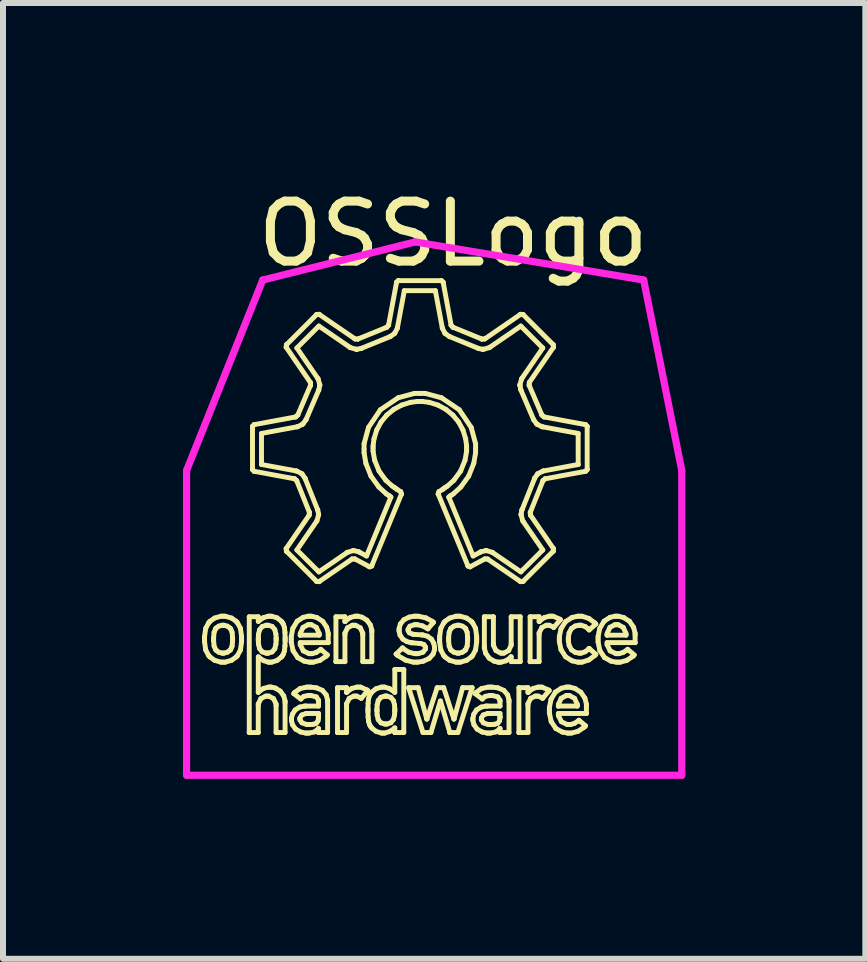
<source format=kicad_pcb>
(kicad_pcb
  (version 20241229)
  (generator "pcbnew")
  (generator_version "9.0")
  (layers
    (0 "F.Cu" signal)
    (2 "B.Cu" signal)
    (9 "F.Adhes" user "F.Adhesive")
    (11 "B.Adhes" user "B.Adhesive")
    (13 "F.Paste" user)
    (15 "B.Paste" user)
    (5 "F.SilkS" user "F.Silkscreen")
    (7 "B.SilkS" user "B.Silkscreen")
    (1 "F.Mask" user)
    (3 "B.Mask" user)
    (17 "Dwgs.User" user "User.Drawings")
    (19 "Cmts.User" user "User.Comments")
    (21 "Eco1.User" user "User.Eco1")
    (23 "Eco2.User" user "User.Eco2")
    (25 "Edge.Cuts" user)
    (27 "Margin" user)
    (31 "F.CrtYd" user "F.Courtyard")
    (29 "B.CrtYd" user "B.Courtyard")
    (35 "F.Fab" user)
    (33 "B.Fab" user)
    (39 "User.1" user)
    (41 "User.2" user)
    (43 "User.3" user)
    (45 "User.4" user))
  (footprint "OSSLogo"
    (layer "F.Cu")
    (at 3.87 4.793)
    (property "Reference" "OSSLogo" (at 0.635 -3.945 0) (layer "F.SilkS") (effects (font (size 1 1) (thickness 0.15))))
    (attr through_hole)
    (fp_line (start -3.51 2.766) (end -3.51 2.811) (stroke (width 0.082) (type solid)) (layer "F.SilkS"))
    (fp_line (start -3.51 2.811) (end -3.51 2.811) (stroke (width 0.082) (type solid)) (layer "F.SilkS"))
    (fp_line (start -3.51 2.811) (end -3.51 2.856) (stroke (width 0.082) (type solid)) (layer "F.SilkS"))
    (fp_line (start -3.51 2.856) (end -3.491 2.992) (stroke (width 0.082) (type solid)) (layer "F.SilkS"))
    (fp_line (start -3.491 2.631) (end -3.51 2.766) (stroke (width 0.082) (type solid)) (layer "F.SilkS"))
    (fp_line (start -3.491 2.992) (end -3.443 3.083) (stroke (width 0.082) (type solid)) (layer "F.SilkS"))
    (fp_line (start -3.443 2.541) (end -3.491 2.631) (stroke (width 0.082) (type solid)) (layer "F.SilkS"))
    (fp_line (start -3.443 3.083) (end -3.429 3.099) (stroke (width 0.082) (type solid)) (layer "F.SilkS"))
    (fp_line (start -3.429 2.525) (end -3.443 2.541) (stroke (width 0.082) (type solid)) (layer "F.SilkS"))
    (fp_line (start -3.429 3.099) (end -3.418 3.11) (stroke (width 0.082) (type solid)) (layer "F.SilkS"))
    (fp_line (start -3.418 2.513) (end -3.429 2.525) (stroke (width 0.082) (type solid)) (layer "F.SilkS"))
    (fp_line (start -3.418 3.11) (end -3.343 3.164) (stroke (width 0.082) (type solid)) (layer "F.SilkS"))
    (fp_line (start -3.359 2.783) (end -3.351 2.697) (stroke (width 0.082) (type solid)) (layer "F.SilkS"))
    (fp_line (start -3.359 2.811) (end -3.359 2.783) (stroke (width 0.082) (type solid)) (layer "F.SilkS"))
    (fp_line (start -3.359 2.84) (end -3.359 2.811) (stroke (width 0.082) (type solid)) (layer "F.SilkS"))
    (fp_line (start -3.351 2.697) (end -3.329 2.644) (stroke (width 0.082) (type solid)) (layer "F.SilkS"))
    (fp_line (start -3.351 2.927) (end -3.359 2.84) (stroke (width 0.082) (type solid)) (layer "F.SilkS"))
    (fp_line (start -3.343 2.46) (end -3.418 2.513) (stroke (width 0.082) (type solid)) (layer "F.SilkS"))
    (fp_line (start -3.343 3.164) (end -3.237 3.195) (stroke (width 0.082) (type solid)) (layer "F.SilkS"))
    (fp_line (start -3.329 2.644) (end -3.322 2.634) (stroke (width 0.082) (type solid)) (layer "F.SilkS"))
    (fp_line (start -3.329 2.98) (end -3.351 2.927) (stroke (width 0.082) (type solid)) (layer "F.SilkS"))
    (fp_line (start -3.322 2.634) (end -3.317 2.626) (stroke (width 0.082) (type solid)) (layer "F.SilkS"))
    (fp_line (start -3.322 2.99) (end -3.329 2.98) (stroke (width 0.082) (type solid)) (layer "F.SilkS"))
    (fp_line (start -3.317 2.626) (end -3.273 2.595) (stroke (width 0.082) (type solid)) (layer "F.SilkS"))
    (fp_line (start -3.317 2.997) (end -3.322 2.99) (stroke (width 0.082) (type solid)) (layer "F.SilkS"))
    (fp_line (start -3.273 2.595) (end -3.219 2.58) (stroke (width 0.082) (type solid)) (layer "F.SilkS"))
    (fp_line (start -3.273 3.029) (end -3.317 2.997) (stroke (width 0.082) (type solid)) (layer "F.SilkS"))
    (fp_line (start -3.237 2.429) (end -3.343 2.46) (stroke (width 0.082) (type solid)) (layer "F.SilkS"))
    (fp_line (start -3.237 3.195) (end -3.201 3.195) (stroke (width 0.082) (type solid)) (layer "F.SilkS"))
    (fp_line (start -3.219 2.58) (end -3.201 2.58) (stroke (width 0.082) (type solid)) (layer "F.SilkS"))
    (fp_line (start -3.219 3.044) (end -3.273 3.029) (stroke (width 0.082) (type solid)) (layer "F.SilkS"))
    (fp_line (start -3.201 2.429) (end -3.237 2.429) (stroke (width 0.082) (type solid)) (layer "F.SilkS"))
    (fp_line (start -3.201 2.58) (end -3.184 2.58) (stroke (width 0.082) (type solid)) (layer "F.SilkS"))
    (fp_line (start -3.201 3.044) (end -3.219 3.044) (stroke (width 0.082) (type solid)) (layer "F.SilkS"))
    (fp_line (start -3.201 3.195) (end -3.166 3.195) (stroke (width 0.082) (type solid)) (layer "F.SilkS"))
    (fp_line (start -3.184 2.58) (end -3.13 2.595) (stroke (width 0.082) (type solid)) (layer "F.SilkS"))
    (fp_line (start -3.184 3.044) (end -3.201 3.044) (stroke (width 0.082) (type solid)) (layer "F.SilkS"))
    (fp_line (start -3.166 2.429) (end -3.201 2.429) (stroke (width 0.082) (type solid)) (layer "F.SilkS"))
    (fp_line (start -3.166 3.195) (end -3.06 3.164) (stroke (width 0.082) (type solid)) (layer "F.SilkS"))
    (fp_line (start -3.13 2.595) (end -3.086 2.626) (stroke (width 0.082) (type solid)) (layer "F.SilkS"))
    (fp_line (start -3.13 3.029) (end -3.184 3.044) (stroke (width 0.082) (type solid)) (layer "F.SilkS"))
    (fp_line (start -3.086 2.626) (end -3.08 2.634) (stroke (width 0.082) (type solid)) (layer "F.SilkS"))
    (fp_line (start -3.086 2.997) (end -3.13 3.029) (stroke (width 0.082) (type solid)) (layer "F.SilkS"))
    (fp_line (start -3.08 2.634) (end -3.073 2.644) (stroke (width 0.082) (type solid)) (layer "F.SilkS"))
    (fp_line (start -3.08 2.99) (end -3.086 2.997) (stroke (width 0.082) (type solid)) (layer "F.SilkS"))
    (fp_line (start -3.073 2.644) (end -3.051 2.697) (stroke (width 0.082) (type solid)) (layer "F.SilkS"))
    (fp_line (start -3.073 2.98) (end -3.08 2.99) (stroke (width 0.082) (type solid)) (layer "F.SilkS"))
    (fp_line (start -3.06 2.46) (end -3.166 2.429) (stroke (width 0.082) (type solid)) (layer "F.SilkS"))
    (fp_line (start -3.06 3.164) (end -2.985 3.11) (stroke (width 0.082) (type solid)) (layer "F.SilkS"))
    (fp_line (start -3.051 2.697) (end -3.043 2.784) (stroke (width 0.082) (type solid)) (layer "F.SilkS"))
    (fp_line (start -3.051 2.927) (end -3.073 2.98) (stroke (width 0.082) (type solid)) (layer "F.SilkS"))
    (fp_line (start -3.043 2.784) (end -3.043 2.813) (stroke (width 0.082) (type solid)) (layer "F.SilkS"))
    (fp_line (start -3.043 2.813) (end -3.043 2.813) (stroke (width 0.082) (type solid)) (layer "F.SilkS"))
    (fp_line (start -3.043 2.813) (end -3.043 2.841) (stroke (width 0.082) (type solid)) (layer "F.SilkS"))
    (fp_line (start -3.043 2.841) (end -3.051 2.927) (stroke (width 0.082) (type solid)) (layer "F.SilkS"))
    (fp_line (start -2.985 2.513) (end -3.06 2.46) (stroke (width 0.082) (type solid)) (layer "F.SilkS"))
    (fp_line (start -2.985 3.11) (end -2.974 3.099) (stroke (width 0.082) (type solid)) (layer "F.SilkS"))
    (fp_line (start -2.974 2.525) (end -2.985 2.513) (stroke (width 0.082) (type solid)) (layer "F.SilkS"))
    (fp_line (start -2.974 3.099) (end -2.96 3.083) (stroke (width 0.082) (type solid)) (layer "F.SilkS"))
    (fp_line (start -2.96 2.541) (end -2.974 2.525) (stroke (width 0.082) (type solid)) (layer "F.SilkS"))
    (fp_line (start -2.96 3.083) (end -2.912 2.992) (stroke (width 0.082) (type solid)) (layer "F.SilkS"))
    (fp_line (start -2.912 2.631) (end -2.96 2.541) (stroke (width 0.082) (type solid)) (layer "F.SilkS"))
    (fp_line (start -2.912 2.992) (end -2.893 2.856) (stroke (width 0.082) (type solid)) (layer "F.SilkS"))
    (fp_line (start -2.893 2.766) (end -2.912 2.631) (stroke (width 0.082) (type solid)) (layer "F.SilkS"))
    (fp_line (start -2.893 2.811) (end -2.893 2.766) (stroke (width 0.082) (type solid)) (layer "F.SilkS"))
    (fp_line (start -2.893 2.856) (end -2.893 2.811) (stroke (width 0.082) (type solid)) (layer "F.SilkS"))
    (fp_line (start -2.765 2.438) (end -2.614 2.438) (stroke (width 0.082) (type solid)) (layer "F.SilkS"))
    (fp_line (start -2.765 4.368) (end -2.765 2.438) (stroke (width 0.082) (type solid)) (layer "F.SilkS"))
    (fp_line (start -2.765 4.368) (end -2.765 4.368) (stroke (width 0.082) (type solid)) (layer "F.SilkS"))
    (fp_line (start -2.711 -0.737) (end -2.711 -0.728) (stroke (width 0.082) (type solid)) (layer "F.SilkS"))
    (fp_line (start -2.711 -0.728) (end -2.711 -0.023) (stroke (width 0.082) (type solid)) (layer "F.SilkS"))
    (fp_line (start -2.711 -0.023) (end -2.711 -0.014) (stroke (width 0.082) (type solid)) (layer "F.SilkS"))
    (fp_line (start -2.711 -0.014) (end -2.685 0.013) (stroke (width 0.082) (type solid)) (layer "F.SilkS"))
    (fp_line (start -2.685 -0.764) (end -2.711 -0.737) (stroke (width 0.082) (type solid)) (layer "F.SilkS"))
    (fp_line (start -2.685 0.013) (end -2.68 0.014) (stroke (width 0.082) (type solid)) (layer "F.SilkS"))
    (fp_line (start -2.68 -0.765) (end -2.685 -0.764) (stroke (width 0.082) (type solid)) (layer "F.SilkS"))
    (fp_line (start -2.68 0.014) (end -2.012 0.138) (stroke (width 0.082) (type solid)) (layer "F.SilkS"))
    (fp_line (start -2.615 3.699) (end -2.602 3.685) (stroke (width 0.082) (type solid)) (layer "F.SilkS"))
    (fp_line (start -2.615 3.892) (end -2.615 3.922) (stroke (width 0.082) (type solid)) (layer "F.SilkS"))
    (fp_line (start -2.615 3.922) (end -2.615 4.368) (stroke (width 0.082) (type solid)) (layer "F.SilkS"))
    (fp_line (start -2.615 4.368) (end -2.765 4.368) (stroke (width 0.082) (type solid)) (layer "F.SilkS"))
    (fp_line (start -2.614 2.438) (end -2.614 2.516) (stroke (width 0.082) (type solid)) (layer "F.SilkS"))
    (fp_line (start -2.614 2.516) (end -2.602 2.503) (stroke (width 0.082) (type solid)) (layer "F.SilkS"))
    (fp_line (start -2.614 2.792) (end -2.614 2.813) (stroke (width 0.082) (type solid)) (layer "F.SilkS"))
    (fp_line (start -2.614 2.813) (end -2.614 2.833) (stroke (width 0.082) (type solid)) (layer "F.SilkS"))
    (fp_line (start -2.614 2.833) (end -2.611 2.894) (stroke (width 0.082) (type solid)) (layer "F.SilkS"))
    (fp_line (start -2.614 3.106) (end -2.615 3.699) (stroke (width 0.082) (type solid)) (layer "F.SilkS"))
    (fp_line (start -2.611 2.73) (end -2.614 2.792) (stroke (width 0.082) (type solid)) (layer "F.SilkS"))
    (fp_line (start -2.611 2.894) (end -2.593 2.969) (stroke (width 0.082) (type solid)) (layer "F.SilkS"))
    (fp_line (start -2.602 2.503) (end -2.528 2.453) (stroke (width 0.082) (type solid)) (layer "F.SilkS"))
    (fp_line (start -2.602 3.685) (end -2.527 3.633) (stroke (width 0.082) (type solid)) (layer "F.SilkS"))
    (fp_line (start -2.6 3.12) (end -2.614 3.106) (stroke (width 0.082) (type solid)) (layer "F.SilkS"))
    (fp_line (start -2.593 2.655) (end -2.611 2.73) (stroke (width 0.082) (type solid)) (layer "F.SilkS"))
    (fp_line (start -2.593 2.969) (end -2.549 3.023) (stroke (width 0.082) (type solid)) (layer "F.SilkS"))
    (fp_line (start -2.572 3.803) (end -2.615 3.892) (stroke (width 0.082) (type solid)) (layer "F.SilkS"))
    (fp_line (start -2.561 -0.618) (end -1.968 -0.728) (stroke (width 0.082) (type solid)) (layer "F.SilkS"))
    (fp_line (start -2.561 -0.1) (end -2.561 -0.618) (stroke (width 0.082) (type solid)) (layer "F.SilkS"))
    (fp_line (start -2.549 2.601) (end -2.593 2.655) (stroke (width 0.082) (type solid)) (layer "F.SilkS"))
    (fp_line (start -2.549 3.023) (end -2.487 3.044) (stroke (width 0.082) (type solid)) (layer "F.SilkS"))
    (fp_line (start -2.528 2.453) (end -2.448 2.429) (stroke (width 0.082) (type solid)) (layer "F.SilkS"))
    (fp_line (start -2.527 3.633) (end -2.444 3.611) (stroke (width 0.082) (type solid)) (layer "F.SilkS"))
    (fp_line (start -2.525 3.17) (end -2.6 3.12) (stroke (width 0.082) (type solid)) (layer "F.SilkS"))
    (fp_line (start -2.492 3.761) (end -2.572 3.803) (stroke (width 0.082) (type solid)) (layer "F.SilkS"))
    (fp_line (start -2.487 2.58) (end -2.549 2.601) (stroke (width 0.082) (type solid)) (layer "F.SilkS"))
    (fp_line (start -2.487 3.044) (end -2.466 3.044) (stroke (width 0.082) (type solid)) (layer "F.SilkS"))
    (fp_line (start -2.466 2.58) (end -2.487 2.58) (stroke (width 0.082) (type solid)) (layer "F.SilkS"))
    (fp_line (start -2.466 3.044) (end -2.466 3.044) (stroke (width 0.082) (type solid)) (layer "F.SilkS"))
    (fp_line (start -2.466 3.044) (end -2.446 3.044) (stroke (width 0.082) (type solid)) (layer "F.SilkS"))
    (fp_line (start -2.466 3.761) (end -2.492 3.761) (stroke (width 0.082) (type solid)) (layer "F.SilkS"))
    (fp_line (start -2.448 2.429) (end -2.421 2.429) (stroke (width 0.082) (type solid)) (layer "F.SilkS"))
    (fp_line (start -2.447 3.195) (end -2.525 3.17) (stroke (width 0.082) (type solid)) (layer "F.SilkS"))
    (fp_line (start -2.446 2.58) (end -2.466 2.58) (stroke (width 0.082) (type solid)) (layer "F.SilkS"))
    (fp_line (start -2.446 3.044) (end -2.384 3.024) (stroke (width 0.082) (type solid)) (layer "F.SilkS"))
    (fp_line (start -2.444 3.611) (end -2.417 3.611) (stroke (width 0.082) (type solid)) (layer "F.SilkS"))
    (fp_line (start -2.439 3.761) (end -2.466 3.761) (stroke (width 0.082) (type solid)) (layer "F.SilkS"))
    (fp_line (start -2.421 2.429) (end -2.391 2.429) (stroke (width 0.082) (type solid)) (layer "F.SilkS"))
    (fp_line (start -2.421 3.195) (end -2.447 3.195) (stroke (width 0.082) (type solid)) (layer "F.SilkS"))
    (fp_line (start -2.417 3.611) (end -2.395 3.611) (stroke (width 0.082) (type solid)) (layer "F.SilkS"))
    (fp_line (start -2.395 3.611) (end -2.329 3.627) (stroke (width 0.082) (type solid)) (layer "F.SilkS"))
    (fp_line (start -2.391 2.429) (end -2.302 2.456) (stroke (width 0.082) (type solid)) (layer "F.SilkS"))
    (fp_line (start -2.391 3.195) (end -2.421 3.195) (stroke (width 0.082) (type solid)) (layer "F.SilkS"))
    (fp_line (start -2.384 2.599) (end -2.446 2.58) (stroke (width 0.082) (type solid)) (layer "F.SilkS"))
    (fp_line (start -2.384 3.024) (end -2.339 2.972) (stroke (width 0.082) (type solid)) (layer "F.SilkS"))
    (fp_line (start -2.36 3.803) (end -2.439 3.761) (stroke (width 0.082) (type solid)) (layer "F.SilkS"))
    (fp_line (start -2.339 2.652) (end -2.384 2.599) (stroke (width 0.082) (type solid)) (layer "F.SilkS"))
    (fp_line (start -2.339 2.972) (end -2.321 2.897) (stroke (width 0.082) (type solid)) (layer "F.SilkS"))
    (fp_line (start -2.329 3.627) (end -2.249 3.677) (stroke (width 0.082) (type solid)) (layer "F.SilkS"))
    (fp_line (start -2.321 2.727) (end -2.339 2.652) (stroke (width 0.082) (type solid)) (layer "F.SilkS"))
    (fp_line (start -2.321 2.897) (end -2.317 2.834) (stroke (width 0.082) (type solid)) (layer "F.SilkS"))
    (fp_line (start -2.318 3.892) (end -2.36 3.803) (stroke (width 0.082) (type solid)) (layer "F.SilkS"))
    (fp_line (start -2.318 3.922) (end -2.318 3.892) (stroke (width 0.082) (type solid)) (layer "F.SilkS"))
    (fp_line (start -2.318 4.368) (end -2.318 3.922) (stroke (width 0.082) (type solid)) (layer "F.SilkS"))
    (fp_line (start -2.317 2.791) (end -2.321 2.727) (stroke (width 0.082) (type solid)) (layer "F.SilkS"))
    (fp_line (start -2.317 2.813) (end -2.317 2.791) (stroke (width 0.082) (type solid)) (layer "F.SilkS"))
    (fp_line (start -2.317 2.834) (end -2.317 2.813) (stroke (width 0.082) (type solid)) (layer "F.SilkS"))
    (fp_line (start -2.302 2.456) (end -2.231 2.512) (stroke (width 0.082) (type solid)) (layer "F.SilkS"))
    (fp_line (start -2.302 3.167) (end -2.391 3.195) (stroke (width 0.082) (type solid)) (layer "F.SilkS"))
    (fp_line (start -2.249 3.677) (end -2.19 3.758) (stroke (width 0.082) (type solid)) (layer "F.SilkS"))
    (fp_line (start -2.231 2.512) (end -2.22 2.526) (stroke (width 0.082) (type solid)) (layer "F.SilkS"))
    (fp_line (start -2.231 3.111) (end -2.302 3.167) (stroke (width 0.082) (type solid)) (layer "F.SilkS"))
    (fp_line (start -2.22 2.526) (end -2.213 2.536) (stroke (width 0.082) (type solid)) (layer "F.SilkS"))
    (fp_line (start -2.22 3.098) (end -2.231 3.111) (stroke (width 0.082) (type solid)) (layer "F.SilkS"))
    (fp_line (start -2.213 2.536) (end -2.194 2.567) (stroke (width 0.082) (type solid)) (layer "F.SilkS"))
    (fp_line (start -2.213 3.088) (end -2.22 3.098) (stroke (width 0.082) (type solid)) (layer "F.SilkS"))
    (fp_line (start -2.194 2.567) (end -2.178 2.62) (stroke (width 0.082) (type solid)) (layer "F.SilkS"))
    (fp_line (start -2.194 3.056) (end -2.213 3.088) (stroke (width 0.082) (type solid)) (layer "F.SilkS"))
    (fp_line (start -2.19 3.758) (end -2.168 3.842) (stroke (width 0.082) (type solid)) (layer "F.SilkS"))
    (fp_line (start -2.178 2.62) (end -2.17 2.698) (stroke (width 0.082) (type solid)) (layer "F.SilkS"))
    (fp_line (start -2.178 3.004) (end -2.194 3.056) (stroke (width 0.082) (type solid)) (layer "F.SilkS"))
    (fp_line (start -2.17 2.698) (end -2.167 2.784) (stroke (width 0.082) (type solid)) (layer "F.SilkS"))
    (fp_line (start -2.17 2.927) (end -2.178 3.004) (stroke (width 0.082) (type solid)) (layer "F.SilkS"))
    (fp_line (start -2.168 3.842) (end -2.168 3.87) (stroke (width 0.082) (type solid)) (layer "F.SilkS"))
    (fp_line (start -2.168 3.87) (end -2.168 4.368) (stroke (width 0.082) (type solid)) (layer "F.SilkS"))
    (fp_line (start -2.168 4.368) (end -2.318 4.368) (stroke (width 0.082) (type solid)) (layer "F.SilkS"))
    (fp_line (start -2.167 2.784) (end -2.167 2.813) (stroke (width 0.082) (type solid)) (layer "F.SilkS"))
    (fp_line (start -2.167 2.813) (end -2.167 2.841) (stroke (width 0.082) (type solid)) (layer "F.SilkS"))
    (fp_line (start -2.167 2.841) (end -2.17 2.927) (stroke (width 0.082) (type solid)) (layer "F.SilkS"))
    (fp_line (start -2.15 -2.055) (end -2.147 -2.051) (stroke (width 0.082) (type solid)) (layer "F.SilkS"))
    (fp_line (start -2.15 1.304) (end -2.146 1.345) (stroke (width 0.082) (type solid)) (layer "F.SilkS"))
    (fp_line (start -2.148 1.3) (end -2.15 1.304) (stroke (width 0.082) (type solid)) (layer "F.SilkS"))
    (fp_line (start -2.147 -2.051) (end -1.748 -1.47) (stroke (width 0.082) (type solid)) (layer "F.SilkS"))
    (fp_line (start -2.146 -2.096) (end -2.15 -2.055) (stroke (width 0.082) (type solid)) (layer "F.SilkS"))
    (fp_line (start -2.146 1.345) (end -2.143 1.348) (stroke (width 0.082) (type solid)) (layer "F.SilkS"))
    (fp_line (start -2.143 -2.099) (end -2.146 -2.096) (stroke (width 0.082) (type solid)) (layer "F.SilkS"))
    (fp_line (start -2.143 1.348) (end -1.645 1.846) (stroke (width 0.082) (type solid)) (layer "F.SilkS"))
    (fp_line (start -2.065 2.768) (end -2.065 2.814) (stroke (width 0.082) (type solid)) (layer "F.SilkS"))
    (fp_line (start -2.065 2.814) (end -2.065 2.861) (stroke (width 0.082) (type solid)) (layer "F.SilkS"))
    (fp_line (start -2.065 2.861) (end -2.035 3.003) (stroke (width 0.082) (type solid)) (layer "F.SilkS"))
    (fp_line (start -2.061 4.127) (end -2.061 4.148) (stroke (width 0.082) (type solid)) (layer "F.SilkS"))
    (fp_line (start -2.061 4.148) (end -2.061 4.17) (stroke (width 0.082) (type solid)) (layer "F.SilkS"))
    (fp_line (start -2.061 4.17) (end -2.044 4.238) (stroke (width 0.082) (type solid)) (layer "F.SilkS"))
    (fp_line (start -2.046 4.063) (end -2.061 4.127) (stroke (width 0.082) (type solid)) (layer "F.SilkS"))
    (fp_line (start -2.044 4.238) (end -1.992 4.311) (stroke (width 0.082) (type solid)) (layer "F.SilkS"))
    (fp_line (start -2.038 2.631) (end -2.065 2.768) (stroke (width 0.082) (type solid)) (layer "F.SilkS"))
    (fp_line (start -2.035 3.003) (end -1.957 3.119) (stroke (width 0.082) (type solid)) (layer "F.SilkS"))
    (fp_line (start -2.023 3.72) (end -1.905 3.81) (stroke (width 0.082) (type solid)) (layer "F.SilkS"))
    (fp_line (start -2.012 0.138) (end -2.008 0.138) (stroke (width 0.082) (type solid)) (layer "F.SilkS"))
    (fp_line (start -2.009 3.7) (end -2.023 3.72) (stroke (width 0.082) (type solid)) (layer "F.SilkS"))
    (fp_line (start -2.008 0.138) (end -1.974 0.169) (stroke (width 0.082) (type solid)) (layer "F.SilkS"))
    (fp_line (start -2 3.992) (end -2.046 4.063) (stroke (width 0.082) (type solid)) (layer "F.SilkS"))
    (fp_line (start -1.995 -0.892) (end -2.68 -0.765) (stroke (width 0.082) (type solid)) (layer "F.SilkS"))
    (fp_line (start -1.992 4.311) (end -1.909 4.359) (stroke (width 0.082) (type solid)) (layer "F.SilkS"))
    (fp_line (start -1.991 -0.893) (end -1.995 -0.892) (stroke (width 0.082) (type solid)) (layer "F.SilkS"))
    (fp_line (start -1.985 0.007) (end -2.561 -0.1) (stroke (width 0.082) (type solid)) (layer "F.SilkS"))
    (fp_line (start -1.974 0.009) (end -1.985 0.007) (stroke (width 0.082) (type solid)) (layer "F.SilkS"))
    (fp_line (start -1.974 0.169) (end -1.973 0.173) (stroke (width 0.082) (type solid)) (layer "F.SilkS"))
    (fp_line (start -1.973 0.173) (end -1.764 0.694) (stroke (width 0.082) (type solid)) (layer "F.SilkS"))
    (fp_line (start -1.971 -2.042) (end -1.605 -2.408) (stroke (width 0.082) (type solid)) (layer "F.SilkS"))
    (fp_line (start -1.971 1.325) (end -1.644 0.849) (stroke (width 0.082) (type solid)) (layer "F.SilkS"))
    (fp_line (start -1.968 -0.728) (end -1.958 -0.73) (stroke (width 0.082) (type solid)) (layer "F.SilkS"))
    (fp_line (start -1.966 2.512) (end -2.038 2.631) (stroke (width 0.082) (type solid)) (layer "F.SilkS"))
    (fp_line (start -1.958 -0.73) (end -1.879 -0.769) (stroke (width 0.082) (type solid)) (layer "F.SilkS"))
    (fp_line (start -1.957 3.119) (end -1.85 3.178) (stroke (width 0.082) (type solid)) (layer "F.SilkS"))
    (fp_line (start -1.957 -0.923) (end -1.991 -0.893) (stroke (width 0.082) (type solid)) (layer "F.SilkS"))
    (fp_line (start -1.955 -0.927) (end -1.957 -0.923) (stroke (width 0.082) (type solid)) (layer "F.SilkS"))
    (fp_line (start -1.924 3.944) (end -2 3.992) (stroke (width 0.082) (type solid)) (layer "F.SilkS"))
    (fp_line (start -1.92 4.124) (end -1.888 4.075) (stroke (width 0.082) (type solid)) (layer "F.SilkS"))
    (fp_line (start -1.92 4.141) (end -1.92 4.124) (stroke (width 0.082) (type solid)) (layer "F.SilkS"))
    (fp_line (start -1.92 4.157) (end -1.92 4.141) (stroke (width 0.082) (type solid)) (layer "F.SilkS"))
    (fp_line (start -1.917 3.635) (end -2.009 3.7) (stroke (width 0.082) (type solid)) (layer "F.SilkS"))
    (fp_line (start -1.915 2.745) (end -1.915 2.745) (stroke (width 0.082) (type solid)) (layer "F.SilkS"))
    (fp_line (start -1.915 2.745) (end -1.914 2.716) (stroke (width 0.082) (type solid)) (layer "F.SilkS"))
    (fp_line (start -1.915 2.869) (end -1.449 2.869) (stroke (width 0.082) (type solid)) (layer "F.SilkS"))
    (fp_line (start -1.915 2.903) (end -1.915 2.869) (stroke (width 0.082) (type solid)) (layer "F.SilkS"))
    (fp_line (start -1.914 2.716) (end -1.868 2.615) (stroke (width 0.082) (type solid)) (layer "F.SilkS"))
    (fp_line (start -1.909 4.359) (end -1.825 4.377) (stroke (width 0.082) (type solid)) (layer "F.SilkS"))
    (fp_line (start -1.905 3.81) (end -1.898 3.799) (stroke (width 0.082) (type solid)) (layer "F.SilkS"))
    (fp_line (start -1.898 3.799) (end -1.854 3.765) (stroke (width 0.082) (type solid)) (layer "F.SilkS"))
    (fp_line (start -1.895 0.049) (end -1.974 0.009) (stroke (width 0.082) (type solid)) (layer "F.SilkS"))
    (fp_line (start -1.889 0.055) (end -1.895 0.049) (stroke (width 0.082) (type solid)) (layer "F.SilkS"))
    (fp_line (start -1.888 4.075) (end -1.815 4.05) (stroke (width 0.082) (type solid)) (layer "F.SilkS"))
    (fp_line (start -1.887 4.206) (end -1.92 4.157) (stroke (width 0.082) (type solid)) (layer "F.SilkS"))
    (fp_line (start -1.883 0.06) (end -1.889 0.055) (stroke (width 0.082) (type solid)) (layer "F.SilkS"))
    (fp_line (start -1.879 -0.769) (end -1.873 -0.774) (stroke (width 0.082) (type solid)) (layer "F.SilkS"))
    (fp_line (start -1.873 -0.774) (end -1.868 -0.779) (stroke (width 0.082) (type solid)) (layer "F.SilkS"))
    (fp_line (start -1.868 2.615) (end -1.785 2.571) (stroke (width 0.082) (type solid)) (layer "F.SilkS"))
    (fp_line (start -1.868 -0.779) (end -1.821 -0.843) (stroke (width 0.082) (type solid)) (layer "F.SilkS"))
    (fp_line (start -1.866 2.448) (end -1.966 2.512) (stroke (width 0.082) (type solid)) (layer "F.SilkS"))
    (fp_line (start -1.864 3.007) (end -1.915 2.903) (stroke (width 0.082) (type solid)) (layer "F.SilkS"))
    (fp_line (start -1.854 3.765) (end -1.786 3.752) (stroke (width 0.082) (type solid)) (layer "F.SilkS"))
    (fp_line (start -1.85 3.178) (end -1.763 3.195) (stroke (width 0.082) (type solid)) (layer "F.SilkS"))
    (fp_line (start -1.844 3.927) (end -1.924 3.944) (stroke (width 0.082) (type solid)) (layer "F.SilkS"))
    (fp_line (start -1.837 0.125) (end -1.883 0.06) (stroke (width 0.082) (type solid)) (layer "F.SilkS"))
    (fp_line (start -1.833 0.135) (end -1.837 0.125) (stroke (width 0.082) (type solid)) (layer "F.SilkS"))
    (fp_line (start -1.825 4.377) (end -1.797 4.377) (stroke (width 0.082) (type solid)) (layer "F.SilkS"))
    (fp_line (start -1.821 -0.843) (end -1.817 -0.851) (stroke (width 0.082) (type solid)) (layer "F.SilkS"))
    (fp_line (start -1.818 3.927) (end -1.844 3.927) (stroke (width 0.082) (type solid)) (layer "F.SilkS"))
    (fp_line (start -1.817 -0.851) (end -1.608 -1.338) (stroke (width 0.082) (type solid)) (layer "F.SilkS"))
    (fp_line (start -1.815 4.05) (end -1.79 4.05) (stroke (width 0.082) (type solid)) (layer "F.SilkS"))
    (fp_line (start -1.807 3.611) (end -1.917 3.635) (stroke (width 0.082) (type solid)) (layer "F.SilkS"))
    (fp_line (start -1.805 4.235) (end -1.887 4.206) (stroke (width 0.082) (type solid)) (layer "F.SilkS"))
    (fp_line (start -1.797 4.377) (end -1.768 4.377) (stroke (width 0.082) (type solid)) (layer "F.SilkS"))
    (fp_line (start -1.79 4.05) (end -1.61 4.05) (stroke (width 0.082) (type solid)) (layer "F.SilkS"))
    (fp_line (start -1.786 3.752) (end -1.764 3.752) (stroke (width 0.082) (type solid)) (layer "F.SilkS"))
    (fp_line (start -1.785 2.571) (end -1.757 2.571) (stroke (width 0.082) (type solid)) (layer "F.SilkS"))
    (fp_line (start -1.784 2.429) (end -1.866 2.448) (stroke (width 0.082) (type solid)) (layer "F.SilkS"))
    (fp_line (start -1.778 4.235) (end -1.805 4.235) (stroke (width 0.082) (type solid)) (layer "F.SilkS"))
    (fp_line (start -1.771 3.611) (end -1.807 3.611) (stroke (width 0.082) (type solid)) (layer "F.SilkS"))
    (fp_line (start -1.768 3.053) (end -1.864 3.007) (stroke (width 0.082) (type solid)) (layer "F.SilkS"))
    (fp_line (start -1.768 0.747) (end -2.148 1.3) (stroke (width 0.082) (type solid)) (layer "F.SilkS"))
    (fp_line (start -1.768 4.377) (end -1.679 4.358) (stroke (width 0.082) (type solid)) (layer "F.SilkS"))
    (fp_line (start -1.766 0.744) (end -1.768 0.747) (stroke (width 0.082) (type solid)) (layer "F.SilkS"))
    (fp_line (start -1.764 0.694) (end -1.762 0.698) (stroke (width 0.082) (type solid)) (layer "F.SilkS"))
    (fp_line (start -1.764 3.752) (end -1.734 3.752) (stroke (width 0.082) (type solid)) (layer "F.SilkS"))
    (fp_line (start -1.763 3.195) (end -1.733 3.195) (stroke (width 0.082) (type solid)) (layer "F.SilkS"))
    (fp_line (start -1.762 0.698) (end -1.766 0.744) (stroke (width 0.082) (type solid)) (layer "F.SilkS"))
    (fp_line (start -1.758 4.235) (end -1.778 4.235) (stroke (width 0.082) (type solid)) (layer "F.SilkS"))
    (fp_line (start -1.757 2.429) (end -1.784 2.429) (stroke (width 0.082) (type solid)) (layer "F.SilkS"))
    (fp_line (start -1.757 2.571) (end -1.729 2.571) (stroke (width 0.082) (type solid)) (layer "F.SilkS"))
    (fp_line (start -1.748 -1.47) (end -1.746 -1.466) (stroke (width 0.082) (type solid)) (layer "F.SilkS"))
    (fp_line (start -1.746 -1.466) (end -1.743 -1.421) (stroke (width 0.082) (type solid)) (layer "F.SilkS"))
    (fp_line (start -1.745 -1.417) (end -1.955 -0.927) (stroke (width 0.082) (type solid)) (layer "F.SilkS"))
    (fp_line (start -1.743 -1.421) (end -1.745 -1.417) (stroke (width 0.082) (type solid)) (layer "F.SilkS"))
    (fp_line (start -1.739 3.611) (end -1.771 3.611) (stroke (width 0.082) (type solid)) (layer "F.SilkS"))
    (fp_line (start -1.736 3.053) (end -1.768 3.053) (stroke (width 0.082) (type solid)) (layer "F.SilkS"))
    (fp_line (start -1.734 3.752) (end -1.646 3.774) (stroke (width 0.082) (type solid)) (layer "F.SilkS"))
    (fp_line (start -1.733 3.195) (end -1.697 3.195) (stroke (width 0.082) (type solid)) (layer "F.SilkS"))
    (fp_line (start -1.729 2.571) (end -1.647 2.615) (stroke (width 0.082) (type solid)) (layer "F.SilkS"))
    (fp_line (start -1.728 2.429) (end -1.757 2.429) (stroke (width 0.082) (type solid)) (layer "F.SilkS"))
    (fp_line (start -1.715 3.053) (end -1.736 3.053) (stroke (width 0.082) (type solid)) (layer "F.SilkS"))
    (fp_line (start -1.699 4.231) (end -1.758 4.235) (stroke (width 0.082) (type solid)) (layer "F.SilkS"))
    (fp_line (start -1.697 3.195) (end -1.589 3.166) (stroke (width 0.082) (type solid)) (layer "F.SilkS"))
    (fp_line (start -1.679 4.358) (end -1.621 4.314) (stroke (width 0.082) (type solid)) (layer "F.SilkS"))
    (fp_line (start -1.65 3.034) (end -1.715 3.053) (stroke (width 0.082) (type solid)) (layer "F.SilkS"))
    (fp_line (start -1.647 4.214) (end -1.699 4.231) (stroke (width 0.082) (type solid)) (layer "F.SilkS"))
    (fp_line (start -1.647 2.615) (end -1.6 2.716) (stroke (width 0.082) (type solid)) (layer "F.SilkS"))
    (fp_line (start -1.646 3.774) (end -1.61 3.83) (stroke (width 0.082) (type solid)) (layer "F.SilkS"))
    (fp_line (start -1.645 -2.597) (end -2.143 -2.099) (stroke (width 0.082) (type solid)) (layer "F.SilkS"))
    (fp_line (start -1.645 1.846) (end -1.642 1.849) (stroke (width 0.082) (type solid)) (layer "F.SilkS"))
    (fp_line (start -1.644 0.849) (end -1.637 0.838) (stroke (width 0.082) (type solid)) (layer "F.SilkS"))
    (fp_line (start -1.644 3.623) (end -1.739 3.611) (stroke (width 0.082) (type solid)) (layer "F.SilkS"))
    (fp_line (start -1.642 -2.6) (end -1.645 -2.597) (stroke (width 0.082) (type solid)) (layer "F.SilkS"))
    (fp_line (start -1.642 1.849) (end -1.601 1.853) (stroke (width 0.082) (type solid)) (layer "F.SilkS"))
    (fp_line (start -1.639 2.451) (end -1.728 2.429) (stroke (width 0.082) (type solid)) (layer "F.SilkS"))
    (fp_line (start -1.637 0.838) (end -1.61 0.742) (stroke (width 0.082) (type solid)) (layer "F.SilkS"))
    (fp_line (start -1.626 0.653) (end -1.833 0.135) (stroke (width 0.082) (type solid)) (layer "F.SilkS"))
    (fp_line (start -1.624 -1.537) (end -1.971 -2.042) (stroke (width 0.082) (type solid)) (layer "F.SilkS"))
    (fp_line (start -1.623 0.66) (end -1.626 0.653) (stroke (width 0.082) (type solid)) (layer "F.SilkS"))
    (fp_line (start -1.621 4.314) (end -1.613 4.301) (stroke (width 0.082) (type solid)) (layer "F.SilkS"))
    (fp_line (start -1.619 4.174) (end -1.647 4.214) (stroke (width 0.082) (type solid)) (layer "F.SilkS"))
    (fp_line (start -1.617 -1.527) (end -1.624 -1.537) (stroke (width 0.082) (type solid)) (layer "F.SilkS"))
    (fp_line (start -1.613 4.301) (end -1.61 4.301) (stroke (width 0.082) (type solid)) (layer "F.SilkS"))
    (fp_line (start -1.61 3.83) (end -1.61 3.848) (stroke (width 0.082) (type solid)) (layer "F.SilkS"))
    (fp_line (start -1.61 3.848) (end -1.61 3.927) (stroke (width 0.082) (type solid)) (layer "F.SilkS"))
    (fp_line (start -1.61 3.927) (end -1.818 3.927) (stroke (width 0.082) (type solid)) (layer "F.SilkS"))
    (fp_line (start -1.61 4.05) (end -1.61 4.105) (stroke (width 0.082) (type solid)) (layer "F.SilkS"))
    (fp_line (start -1.61 4.105) (end -1.61 4.105) (stroke (width 0.082) (type solid)) (layer "F.SilkS"))
    (fp_line (start -1.61 4.105) (end -1.61 4.122) (stroke (width 0.082) (type solid)) (layer "F.SilkS"))
    (fp_line (start -1.61 4.122) (end -1.619 4.174) (stroke (width 0.082) (type solid)) (layer "F.SilkS"))
    (fp_line (start -1.61 4.301) (end -1.61 4.368) (stroke (width 0.082) (type solid)) (layer "F.SilkS"))
    (fp_line (start -1.61 4.368) (end -1.61 4.368) (stroke (width 0.082) (type solid)) (layer "F.SilkS"))
    (fp_line (start -1.61 4.368) (end -1.459 4.368) (stroke (width 0.082) (type solid)) (layer "F.SilkS"))
    (fp_line (start -1.61 0.727) (end -1.623 0.66) (stroke (width 0.082) (type solid)) (layer "F.SilkS"))
    (fp_line (start -1.61 0.742) (end -1.609 0.733) (stroke (width 0.082) (type solid)) (layer "F.SilkS"))
    (fp_line (start -1.609 0.733) (end -1.61 0.727) (stroke (width 0.082) (type solid)) (layer "F.SilkS"))
    (fp_line (start -1.608 -1.338) (end -1.605 -1.346) (stroke (width 0.082) (type solid)) (layer "F.SilkS"))
    (fp_line (start -1.605 -2.408) (end -1.09 -2.055) (stroke (width 0.082) (type solid)) (layer "F.SilkS"))
    (fp_line (start -1.605 -1.346) (end -1.59 -1.417) (stroke (width 0.082) (type solid)) (layer "F.SilkS"))
    (fp_line (start -1.605 1.69) (end -1.971 1.325) (stroke (width 0.082) (type solid)) (layer "F.SilkS"))
    (fp_line (start -1.601 -2.604) (end -1.642 -2.6) (stroke (width 0.082) (type solid)) (layer "F.SilkS"))
    (fp_line (start -1.601 1.853) (end -1.597 1.85) (stroke (width 0.082) (type solid)) (layer "F.SilkS"))
    (fp_line (start -1.6 2.716) (end -1.599 2.745) (stroke (width 0.082) (type solid)) (layer "F.SilkS"))
    (fp_line (start -1.599 2.745) (end -1.915 2.745) (stroke (width 0.082) (type solid)) (layer "F.SilkS"))
    (fp_line (start -1.597 -2.601) (end -1.601 -2.604) (stroke (width 0.082) (type solid)) (layer "F.SilkS"))
    (fp_line (start -1.597 1.85) (end -1.054 1.478) (stroke (width 0.082) (type solid)) (layer "F.SilkS"))
    (fp_line (start -1.59 -1.432) (end -1.617 -1.527) (stroke (width 0.082) (type solid)) (layer "F.SilkS"))
    (fp_line (start -1.59 -1.417) (end -1.59 -1.423) (stroke (width 0.082) (type solid)) (layer "F.SilkS"))
    (fp_line (start -1.59 -1.423) (end -1.59 -1.432) (stroke (width 0.082) (type solid)) (layer "F.SilkS"))
    (fp_line (start -1.589 3.166) (end -1.482 3.095) (stroke (width 0.082) (type solid)) (layer "F.SilkS"))
    (fp_line (start -1.584 2.992) (end -1.65 3.034) (stroke (width 0.082) (type solid)) (layer "F.SilkS"))
    (fp_line (start -1.573 2.981) (end -1.584 2.992) (stroke (width 0.082) (type solid)) (layer "F.SilkS"))
    (fp_line (start -1.546 3.665) (end -1.644 3.623) (stroke (width 0.082) (type solid)) (layer "F.SilkS"))
    (fp_line (start -1.541 2.514) (end -1.639 2.451) (stroke (width 0.082) (type solid)) (layer "F.SilkS"))
    (fp_line (start -1.482 3.741) (end -1.546 3.665) (stroke (width 0.082) (type solid)) (layer "F.SilkS"))
    (fp_line (start -1.482 3.095) (end -1.463 3.074) (stroke (width 0.082) (type solid)) (layer "F.SilkS"))
    (fp_line (start -1.474 2.614) (end -1.541 2.514) (stroke (width 0.082) (type solid)) (layer "F.SilkS"))
    (fp_line (start -1.463 3.074) (end -1.573 2.981) (stroke (width 0.082) (type solid)) (layer "F.SilkS"))
    (fp_line (start -1.459 3.828) (end -1.482 3.741) (stroke (width 0.082) (type solid)) (layer "F.SilkS"))
    (fp_line (start -1.459 3.857) (end -1.459 3.828) (stroke (width 0.082) (type solid)) (layer "F.SilkS"))
    (fp_line (start -1.459 4.368) (end -1.459 3.857) (stroke (width 0.082) (type solid)) (layer "F.SilkS"))
    (fp_line (start -1.449 2.712) (end -1.474 2.614) (stroke (width 0.082) (type solid)) (layer "F.SilkS"))
    (fp_line (start -1.449 2.745) (end -1.449 2.712) (stroke (width 0.082) (type solid)) (layer "F.SilkS"))
    (fp_line (start -1.449 2.869) (end -1.449 2.745) (stroke (width 0.082) (type solid)) (layer "F.SilkS"))
    (fp_line (start -1.449 2.869) (end -1.449 2.869) (stroke (width 0.082) (type solid)) (layer "F.SilkS"))
    (fp_line (start -1.32 2.438) (end -1.32 3.186) (stroke (width 0.082) (type solid)) (layer "F.SilkS"))
    (fp_line (start -1.32 3.186) (end -1.32 3.186) (stroke (width 0.082) (type solid)) (layer "F.SilkS"))
    (fp_line (start -1.32 3.186) (end -1.17 3.186) (stroke (width 0.082) (type solid)) (layer "F.SilkS"))
    (fp_line (start -1.294 3.62) (end -1.294 4.368) (stroke (width 0.082) (type solid)) (layer "F.SilkS"))
    (fp_line (start -1.294 4.368) (end -1.294 4.368) (stroke (width 0.082) (type solid)) (layer "F.SilkS"))
    (fp_line (start -1.294 4.368) (end -1.143 4.368) (stroke (width 0.082) (type solid)) (layer "F.SilkS"))
    (fp_line (start -1.17 2.438) (end -1.32 2.438) (stroke (width 0.082) (type solid)) (layer "F.SilkS"))
    (fp_line (start -1.17 2.517) (end -1.17 2.438) (stroke (width 0.082) (type solid)) (layer "F.SilkS"))
    (fp_line (start -1.17 2.711) (end -1.127 2.622) (stroke (width 0.082) (type solid)) (layer "F.SilkS"))
    (fp_line (start -1.17 2.74) (end -1.17 2.711) (stroke (width 0.082) (type solid)) (layer "F.SilkS"))
    (fp_line (start -1.17 3.186) (end -1.17 2.74) (stroke (width 0.082) (type solid)) (layer "F.SilkS"))
    (fp_line (start -1.167 2.517) (end -1.17 2.517) (stroke (width 0.082) (type solid)) (layer "F.SilkS"))
    (fp_line (start -1.155 2.503) (end -1.167 2.517) (stroke (width 0.082) (type solid)) (layer "F.SilkS"))
    (fp_line (start -1.143 3.62) (end -1.294 3.62) (stroke (width 0.082) (type solid)) (layer "F.SilkS"))
    (fp_line (start -1.143 3.699) (end -1.143 3.62) (stroke (width 0.082) (type solid)) (layer "F.SilkS"))
    (fp_line (start -1.143 3.888) (end -1.098 3.798) (stroke (width 0.082) (type solid)) (layer "F.SilkS"))
    (fp_line (start -1.143 3.918) (end -1.143 3.888) (stroke (width 0.082) (type solid)) (layer "F.SilkS"))
    (fp_line (start -1.143 4.368) (end -1.143 3.918) (stroke (width 0.082) (type solid)) (layer "F.SilkS"))
    (fp_line (start -1.141 3.699) (end -1.143 3.699) (stroke (width 0.082) (type solid)) (layer "F.SilkS"))
    (fp_line (start -1.139 1.371) (end -1.605 1.69) (stroke (width 0.082) (type solid)) (layer "F.SilkS"))
    (fp_line (start -1.129 1.364) (end -1.139 1.371) (stroke (width 0.082) (type solid)) (layer "F.SilkS"))
    (fp_line (start -1.129 3.685) (end -1.141 3.699) (stroke (width 0.082) (type solid)) (layer "F.SilkS"))
    (fp_line (start -1.127 2.622) (end -1.047 2.58) (stroke (width 0.082) (type solid)) (layer "F.SilkS"))
    (fp_line (start -1.098 3.798) (end -1.023 3.761) (stroke (width 0.082) (type solid)) (layer "F.SilkS"))
    (fp_line (start -1.09 -2.055) (end -1.08 -2.048) (stroke (width 0.082) (type solid)) (layer "F.SilkS"))
    (fp_line (start -1.081 2.451) (end -1.155 2.503) (stroke (width 0.082) (type solid)) (layer "F.SilkS"))
    (fp_line (start -1.08 -2.048) (end -0.984 -2.021) (stroke (width 0.082) (type solid)) (layer "F.SilkS"))
    (fp_line (start -1.055 3.633) (end -1.129 3.685) (stroke (width 0.082) (type solid)) (layer "F.SilkS"))
    (fp_line (start -1.054 1.478) (end -1.051 1.475) (stroke (width 0.082) (type solid)) (layer "F.SilkS"))
    (fp_line (start -1.051 1.475) (end -1.006 1.474) (stroke (width 0.082) (type solid)) (layer "F.SilkS"))
    (fp_line (start -1.047 2.58) (end -1.021 2.58) (stroke (width 0.082) (type solid)) (layer "F.SilkS"))
    (fp_line (start -1.035 1.336) (end -1.129 1.364) (stroke (width 0.082) (type solid)) (layer "F.SilkS"))
    (fp_line (start -1.026 1.336) (end -1.035 1.336) (stroke (width 0.082) (type solid)) (layer "F.SilkS"))
    (fp_line (start -1.023 3.761) (end -0.997 3.761) (stroke (width 0.082) (type solid)) (layer "F.SilkS"))
    (fp_line (start -1.021 2.58) (end -0.994 2.58) (stroke (width 0.082) (type solid)) (layer "F.SilkS"))
    (fp_line (start -1.019 1.336) (end -1.026 1.336) (stroke (width 0.082) (type solid)) (layer "F.SilkS"))
    (fp_line (start -1.006 1.474) (end -1.002 1.476) (stroke (width 0.082) (type solid)) (layer "F.SilkS"))
    (fp_line (start -1.005 -2.195) (end -1.597 -2.601) (stroke (width 0.082) (type solid)) (layer "F.SilkS"))
    (fp_line (start -1.002 -2.193) (end -1.005 -2.195) (stroke (width 0.082) (type solid)) (layer "F.SilkS"))
    (fp_line (start -1.002 1.476) (end -0.762 1.604) (stroke (width 0.082) (type solid)) (layer "F.SilkS"))
    (fp_line (start -0.999 2.429) (end -1.081 2.451) (stroke (width 0.082) (type solid)) (layer "F.SilkS"))
    (fp_line (start -0.997 3.761) (end -0.973 3.761) (stroke (width 0.082) (type solid)) (layer "F.SilkS"))
    (fp_line (start -0.994 2.58) (end -0.915 2.622) (stroke (width 0.082) (type solid)) (layer "F.SilkS"))
    (fp_line (start -0.984 -2.021) (end -0.975 -2.02) (stroke (width 0.082) (type solid)) (layer "F.SilkS"))
    (fp_line (start -0.975 -2.02) (end -0.969 -2.021) (stroke (width 0.082) (type solid)) (layer "F.SilkS"))
    (fp_line (start -0.973 3.611) (end -1.055 3.633) (stroke (width 0.082) (type solid)) (layer "F.SilkS"))
    (fp_line (start -0.973 3.761) (end -0.907 3.791) (stroke (width 0.082) (type solid)) (layer "F.SilkS"))
    (fp_line (start -0.972 2.429) (end -0.999 2.429) (stroke (width 0.082) (type solid)) (layer "F.SilkS"))
    (fp_line (start -0.969 -2.021) (end -0.902 -2.034) (stroke (width 0.082) (type solid)) (layer "F.SilkS"))
    (fp_line (start -0.956 -2.19) (end -1.002 -2.193) (stroke (width 0.082) (type solid)) (layer "F.SilkS"))
    (fp_line (start -0.952 -2.192) (end -0.956 -2.19) (stroke (width 0.082) (type solid)) (layer "F.SilkS"))
    (fp_line (start -0.95 2.429) (end -0.972 2.429) (stroke (width 0.082) (type solid)) (layer "F.SilkS"))
    (fp_line (start -0.946 3.611) (end -0.973 3.611) (stroke (width 0.082) (type solid)) (layer "F.SilkS"))
    (fp_line (start -0.94 1.355) (end -1.019 1.336) (stroke (width 0.082) (type solid)) (layer "F.SilkS"))
    (fp_line (start -0.931 1.36) (end -0.94 1.355) (stroke (width 0.082) (type solid)) (layer "F.SilkS"))
    (fp_line (start -0.915 2.622) (end -0.873 2.711) (stroke (width 0.082) (type solid)) (layer "F.SilkS"))
    (fp_line (start -0.91 3.611) (end -0.946 3.611) (stroke (width 0.082) (type solid)) (layer "F.SilkS"))
    (fp_line (start -0.907 3.791) (end -0.898 3.798) (stroke (width 0.082) (type solid)) (layer "F.SilkS"))
    (fp_line (start -0.902 -2.034) (end -0.894 -2.037) (stroke (width 0.082) (type solid)) (layer "F.SilkS"))
    (fp_line (start -0.898 3.798) (end -0.789 3.668) (stroke (width 0.082) (type solid)) (layer "F.SilkS"))
    (fp_line (start -0.894 -2.037) (end -0.421 -2.23) (stroke (width 0.082) (type solid)) (layer "F.SilkS"))
    (fp_line (start -0.884 2.446) (end -0.95 2.429) (stroke (width 0.082) (type solid)) (layer "F.SilkS"))
    (fp_line (start -0.873 2.711) (end -0.873 2.74) (stroke (width 0.082) (type solid)) (layer "F.SilkS"))
    (fp_line (start -0.873 2.74) (end -0.873 3.186) (stroke (width 0.082) (type solid)) (layer "F.SilkS"))
    (fp_line (start -0.873 3.186) (end -0.722 3.186) (stroke (width 0.082) (type solid)) (layer "F.SilkS"))
    (fp_line (start -0.851 -0.445) (end -0.851 -0.355) (stroke (width 0.082) (type solid)) (layer "F.SilkS"))
    (fp_line (start -0.851 -0.355) (end -0.851 -0.296) (stroke (width 0.082) (type solid)) (layer "F.SilkS"))
    (fp_line (start -0.851 -0.296) (end -0.821 -0.12) (stroke (width 0.082) (type solid)) (layer "F.SilkS"))
    (fp_line (start -0.821 -0.12) (end -0.736 0.093) (stroke (width 0.082) (type solid)) (layer "F.SilkS"))
    (fp_line (start -0.81 1.425) (end -0.931 1.36) (stroke (width 0.082) (type solid)) (layer "F.SilkS"))
    (fp_line (start -0.804 2.495) (end -0.884 2.446) (stroke (width 0.082) (type solid)) (layer "F.SilkS"))
    (fp_line (start -0.801 3.659) (end -0.91 3.611) (stroke (width 0.082) (type solid)) (layer "F.SilkS"))
    (fp_line (start -0.789 3.668) (end -0.801 3.659) (stroke (width 0.082) (type solid)) (layer "F.SilkS"))
    (fp_line (start -0.786 3.964) (end -0.786 3.993) (stroke (width 0.082) (type solid)) (layer "F.SilkS"))
    (fp_line (start -0.786 3.993) (end -0.786 4.022) (stroke (width 0.082) (type solid)) (layer "F.SilkS"))
    (fp_line (start -0.786 4.022) (end -0.784 4.108) (stroke (width 0.082) (type solid)) (layer "F.SilkS"))
    (fp_line (start -0.784 3.879) (end -0.786 3.964) (stroke (width 0.082) (type solid)) (layer "F.SilkS"))
    (fp_line (start -0.784 4.108) (end -0.775 4.185) (stroke (width 0.082) (type solid)) (layer "F.SilkS"))
    (fp_line (start -0.778 -0.717) (end -0.851 -0.445) (stroke (width 0.082) (type solid)) (layer "F.SilkS"))
    (fp_line (start -0.775 3.802) (end -0.784 3.879) (stroke (width 0.082) (type solid)) (layer "F.SilkS"))
    (fp_line (start -0.775 4.185) (end -0.759 4.238) (stroke (width 0.082) (type solid)) (layer "F.SilkS"))
    (fp_line (start -0.762 1.604) (end -0.759 1.606) (stroke (width 0.082) (type solid)) (layer "F.SilkS"))
    (fp_line (start -0.759 3.749) (end -0.775 3.802) (stroke (width 0.082) (type solid)) (layer "F.SilkS"))
    (fp_line (start -0.759 4.238) (end -0.741 4.27) (stroke (width 0.082) (type solid)) (layer "F.SilkS"))
    (fp_line (start -0.759 1.606) (end -0.725 1.593) (stroke (width 0.082) (type solid)) (layer "F.SilkS"))
    (fp_line (start -0.745 2.576) (end -0.804 2.495) (stroke (width 0.082) (type solid)) (layer "F.SilkS"))
    (fp_line (start -0.741 4.27) (end -0.733 4.279) (stroke (width 0.082) (type solid)) (layer "F.SilkS"))
    (fp_line (start -0.741 3.718) (end -0.759 3.749) (stroke (width 0.082) (type solid)) (layer "F.SilkS"))
    (fp_line (start -0.736 0.093) (end -0.604 0.276) (stroke (width 0.082) (type solid)) (layer "F.SilkS"))
    (fp_line (start -0.733 3.708) (end -0.741 3.718) (stroke (width 0.082) (type solid)) (layer "F.SilkS"))
    (fp_line (start -0.733 4.279) (end -0.722 4.293) (stroke (width 0.082) (type solid)) (layer "F.SilkS"))
    (fp_line (start -0.725 1.593) (end -0.723 1.589) (stroke (width 0.082) (type solid)) (layer "F.SilkS"))
    (fp_line (start -0.723 1.589) (end -0.229 0.396) (stroke (width 0.082) (type solid)) (layer "F.SilkS"))
    (fp_line (start -0.722 2.66) (end -0.745 2.576) (stroke (width 0.082) (type solid)) (layer "F.SilkS"))
    (fp_line (start -0.722 2.689) (end -0.722 2.66) (stroke (width 0.082) (type solid)) (layer "F.SilkS"))
    (fp_line (start -0.722 3.186) (end -0.722 2.689) (stroke (width 0.082) (type solid)) (layer "F.SilkS"))
    (fp_line (start -0.722 3.694) (end -0.733 3.708) (stroke (width 0.082) (type solid)) (layer "F.SilkS"))
    (fp_line (start -0.722 4.293) (end -0.651 4.349) (stroke (width 0.082) (type solid)) (layer "F.SilkS"))
    (fp_line (start -0.701 -0.411) (end -0.685 -0.529) (stroke (width 0.082) (type solid)) (layer "F.SilkS"))
    (fp_line (start -0.701 -0.372) (end -0.701 -0.411) (stroke (width 0.082) (type solid)) (layer "F.SilkS"))
    (fp_line (start -0.701 -0.322) (end -0.701 -0.372) (stroke (width 0.082) (type solid)) (layer "F.SilkS"))
    (fp_line (start -0.685 -0.529) (end -0.64 -0.675) (stroke (width 0.082) (type solid)) (layer "F.SilkS"))
    (fp_line (start -0.675 -0.172) (end -0.701 -0.322) (stroke (width 0.082) (type solid)) (layer "F.SilkS"))
    (fp_line (start -0.651 3.638) (end -0.722 3.694) (stroke (width 0.082) (type solid)) (layer "F.SilkS"))
    (fp_line (start -0.651 4.349) (end -0.562 4.377) (stroke (width 0.082) (type solid)) (layer "F.SilkS"))
    (fp_line (start -0.64 -0.675) (end -0.568 -0.808) (stroke (width 0.082) (type solid)) (layer "F.SilkS"))
    (fp_line (start -0.636 3.972) (end -0.633 3.908) (stroke (width 0.082) (type solid)) (layer "F.SilkS"))
    (fp_line (start -0.636 3.993) (end -0.636 3.972) (stroke (width 0.082) (type solid)) (layer "F.SilkS"))
    (fp_line (start -0.636 4.014) (end -0.636 3.993) (stroke (width 0.082) (type solid)) (layer "F.SilkS"))
    (fp_line (start -0.633 3.908) (end -0.615 3.834) (stroke (width 0.082) (type solid)) (layer "F.SilkS"))
    (fp_line (start -0.633 4.078) (end -0.636 4.014) (stroke (width 0.082) (type solid)) (layer "F.SilkS"))
    (fp_line (start -0.615 3.834) (end -0.57 3.781) (stroke (width 0.082) (type solid)) (layer "F.SilkS"))
    (fp_line (start -0.615 4.153) (end -0.633 4.078) (stroke (width 0.082) (type solid)) (layer "F.SilkS"))
    (fp_line (start -0.604 0.276) (end -0.479 0.391) (stroke (width 0.082) (type solid)) (layer "F.SilkS"))
    (fp_line (start -0.602 0.008) (end -0.675 -0.172) (stroke (width 0.082) (type solid)) (layer "F.SilkS"))
    (fp_line (start -0.579 -1.012) (end -0.778 -0.717) (stroke (width 0.082) (type solid)) (layer "F.SilkS"))
    (fp_line (start -0.57 3.781) (end -0.508 3.761) (stroke (width 0.082) (type solid)) (layer "F.SilkS"))
    (fp_line (start -0.57 4.206) (end -0.615 4.153) (stroke (width 0.082) (type solid)) (layer "F.SilkS"))
    (fp_line (start -0.568 -0.808) (end -0.473 -0.923) (stroke (width 0.082) (type solid)) (layer "F.SilkS"))
    (fp_line (start -0.562 3.611) (end -0.651 3.638) (stroke (width 0.082) (type solid)) (layer "F.SilkS"))
    (fp_line (start -0.562 4.377) (end -0.533 4.377) (stroke (width 0.082) (type solid)) (layer "F.SilkS"))
    (fp_line (start -0.533 3.611) (end -0.562 3.611) (stroke (width 0.082) (type solid)) (layer "F.SilkS"))
    (fp_line (start -0.533 4.377) (end -0.506 4.377) (stroke (width 0.082) (type solid)) (layer "F.SilkS"))
    (fp_line (start -0.508 3.761) (end -0.487 3.761) (stroke (width 0.082) (type solid)) (layer "F.SilkS"))
    (fp_line (start -0.508 4.226) (end -0.57 4.206) (stroke (width 0.082) (type solid)) (layer "F.SilkS"))
    (fp_line (start -0.507 3.611) (end -0.533 3.611) (stroke (width 0.082) (type solid)) (layer "F.SilkS"))
    (fp_line (start -0.506 4.377) (end -0.425 4.352) (stroke (width 0.082) (type solid)) (layer "F.SilkS"))
    (fp_line (start -0.489 0.163) (end -0.602 0.008) (stroke (width 0.082) (type solid)) (layer "F.SilkS"))
    (fp_line (start -0.487 3.761) (end -0.487 3.761) (stroke (width 0.082) (type solid)) (layer "F.SilkS"))
    (fp_line (start -0.487 3.761) (end -0.466 3.761) (stroke (width 0.082) (type solid)) (layer "F.SilkS"))
    (fp_line (start -0.487 4.226) (end -0.508 4.226) (stroke (width 0.082) (type solid)) (layer "F.SilkS"))
    (fp_line (start -0.479 0.391) (end -0.432 0.422) (stroke (width 0.082) (type solid)) (layer "F.SilkS"))
    (fp_line (start -0.477 -2.386) (end -0.952 -2.192) (stroke (width 0.082) (type solid)) (layer "F.SilkS"))
    (fp_line (start -0.473 -2.387) (end -0.477 -2.386) (stroke (width 0.082) (type solid)) (layer "F.SilkS"))
    (fp_line (start -0.473 -0.923) (end -0.357 -1.018) (stroke (width 0.082) (type solid)) (layer "F.SilkS"))
    (fp_line (start -0.466 3.761) (end -0.405 3.782) (stroke (width 0.082) (type solid)) (layer "F.SilkS"))
    (fp_line (start -0.466 4.226) (end -0.487 4.226) (stroke (width 0.082) (type solid)) (layer "F.SilkS"))
    (fp_line (start -0.443 -2.422) (end -0.473 -2.387) (stroke (width 0.082) (type solid)) (layer "F.SilkS"))
    (fp_line (start -0.442 -2.426) (end -0.443 -2.422) (stroke (width 0.082) (type solid)) (layer "F.SilkS"))
    (fp_line (start -0.432 0.422) (end -0.43 0.423) (stroke (width 0.082) (type solid)) (layer "F.SilkS"))
    (fp_line (start -0.43 0.423) (end -0.407 0.442) (stroke (width 0.082) (type solid)) (layer "F.SilkS"))
    (fp_line (start -0.428 3.635) (end -0.507 3.611) (stroke (width 0.082) (type solid)) (layer "F.SilkS"))
    (fp_line (start -0.425 4.352) (end -0.351 4.302) (stroke (width 0.082) (type solid)) (layer "F.SilkS"))
    (fp_line (start -0.421 -2.23) (end -0.412 -2.234) (stroke (width 0.082) (type solid)) (layer "F.SilkS"))
    (fp_line (start -0.412 -2.234) (end -0.347 -2.281) (stroke (width 0.082) (type solid)) (layer "F.SilkS"))
    (fp_line (start -0.407 0.442) (end -0.404 0.444) (stroke (width 0.082) (type solid)) (layer "F.SilkS"))
    (fp_line (start -0.405 3.782) (end -0.361 3.837) (stroke (width 0.082) (type solid)) (layer "F.SilkS"))
    (fp_line (start -0.405 4.205) (end -0.466 4.226) (stroke (width 0.082) (type solid)) (layer "F.SilkS"))
    (fp_line (start -0.404 0.444) (end -0.81 1.425) (stroke (width 0.082) (type solid)) (layer "F.SilkS"))
    (fp_line (start -0.382 0.259) (end -0.489 0.163) (stroke (width 0.082) (type solid)) (layer "F.SilkS"))
    (fp_line (start -0.361 3.837) (end -0.343 3.911) (stroke (width 0.082) (type solid)) (layer "F.SilkS"))
    (fp_line (start -0.361 4.15) (end -0.405 4.205) (stroke (width 0.082) (type solid)) (layer "F.SilkS"))
    (fp_line (start -0.357 -1.018) (end -0.225 -1.09) (stroke (width 0.082) (type solid)) (layer "F.SilkS"))
    (fp_line (start -0.353 3.686) (end -0.428 3.635) (stroke (width 0.082) (type solid)) (layer "F.SilkS"))
    (fp_line (start -0.351 4.302) (end -0.339 4.29) (stroke (width 0.082) (type solid)) (layer "F.SilkS"))
    (fp_line (start -0.347 -2.281) (end -0.342 -2.287) (stroke (width 0.082) (type solid)) (layer "F.SilkS"))
    (fp_line (start -0.343 3.911) (end -0.339 3.972) (stroke (width 0.082) (type solid)) (layer "F.SilkS"))
    (fp_line (start -0.343 4.075) (end -0.361 4.15) (stroke (width 0.082) (type solid)) (layer "F.SilkS"))
    (fp_line (start -0.342 -2.287) (end -0.337 -2.293) (stroke (width 0.082) (type solid)) (layer "F.SilkS"))
    (fp_line (start -0.341 0.285) (end -0.382 0.259) (stroke (width 0.082) (type solid)) (layer "F.SilkS"))
    (fp_line (start -0.339 3.317) (end -0.339 3.699) (stroke (width 0.082) (type solid)) (layer "F.SilkS"))
    (fp_line (start -0.339 3.699) (end -0.353 3.686) (stroke (width 0.082) (type solid)) (layer "F.SilkS"))
    (fp_line (start -0.339 3.972) (end -0.339 3.993) (stroke (width 0.082) (type solid)) (layer "F.SilkS"))
    (fp_line (start -0.339 3.993) (end -0.339 4.014) (stroke (width 0.082) (type solid)) (layer "F.SilkS"))
    (fp_line (start -0.339 4.014) (end -0.343 4.075) (stroke (width 0.082) (type solid)) (layer "F.SilkS"))
    (fp_line (start -0.339 4.29) (end -0.339 4.368) (stroke (width 0.082) (type solid)) (layer "F.SilkS"))
    (fp_line (start -0.339 4.368) (end -0.339 4.368) (stroke (width 0.082) (type solid)) (layer "F.SilkS"))
    (fp_line (start -0.339 4.368) (end -0.189 4.368) (stroke (width 0.082) (type solid)) (layer "F.SilkS"))
    (fp_line (start -0.339 0.288) (end -0.341 0.285) (stroke (width 0.082) (type solid)) (layer "F.SilkS"))
    (fp_line (start -0.337 -2.293) (end -0.297 -2.371) (stroke (width 0.082) (type solid)) (layer "F.SilkS"))
    (fp_line (start -0.316 3.061) (end -0.316 3.061) (stroke (width 0.082) (type solid)) (layer "F.SilkS"))
    (fp_line (start -0.316 3.061) (end -0.292 3.083) (stroke (width 0.082) (type solid)) (layer "F.SilkS"))
    (fp_line (start -0.31 -3.134) (end -0.442 -2.426) (stroke (width 0.082) (type solid)) (layer "F.SilkS"))
    (fp_line (start -0.31 -3.139) (end -0.31 -3.134) (stroke (width 0.082) (type solid)) (layer "F.SilkS"))
    (fp_line (start -0.306 0.312) (end -0.339 0.288) (stroke (width 0.082) (type solid)) (layer "F.SilkS"))
    (fp_line (start -0.303 0.314) (end -0.306 0.312) (stroke (width 0.082) (type solid)) (layer "F.SilkS"))
    (fp_line (start -0.297 -2.371) (end -0.295 -2.381) (stroke (width 0.082) (type solid)) (layer "F.SilkS"))
    (fp_line (start -0.295 -2.381) (end -0.18 -2.998) (stroke (width 0.082) (type solid)) (layer "F.SilkS"))
    (fp_line (start -0.292 3.083) (end -0.16 3.161) (stroke (width 0.082) (type solid)) (layer "F.SilkS"))
    (fp_line (start -0.283 -1.212) (end -0.579 -1.012) (stroke (width 0.082) (type solid)) (layer "F.SilkS"))
    (fp_line (start -0.283 -3.165) (end -0.31 -3.139) (stroke (width 0.082) (type solid)) (layer "F.SilkS"))
    (fp_line (start -0.274 -3.165) (end -0.283 -3.165) (stroke (width 0.082) (type solid)) (layer "F.SilkS"))
    (fp_line (start -0.267 2.634) (end -0.267 2.659) (stroke (width 0.082) (type solid)) (layer "F.SilkS"))
    (fp_line (start -0.267 2.659) (end -0.267 2.681) (stroke (width 0.082) (type solid)) (layer "F.SilkS"))
    (fp_line (start -0.267 2.681) (end -0.251 2.745) (stroke (width 0.082) (type solid)) (layer "F.SilkS"))
    (fp_line (start -0.251 2.745) (end -0.206 2.81) (stroke (width 0.082) (type solid)) (layer "F.SilkS"))
    (fp_line (start -0.246 2.559) (end -0.267 2.634) (stroke (width 0.082) (type solid)) (layer "F.SilkS"))
    (fp_line (start -0.244 0.351) (end -0.303 0.314) (stroke (width 0.082) (type solid)) (layer "F.SilkS"))
    (fp_line (start -0.24 0.353) (end -0.244 0.351) (stroke (width 0.082) (type solid)) (layer "F.SilkS"))
    (fp_line (start -0.229 0.396) (end -0.227 0.392) (stroke (width 0.082) (type solid)) (layer "F.SilkS"))
    (fp_line (start -0.227 0.392) (end -0.24 0.353) (stroke (width 0.082) (type solid)) (layer "F.SilkS"))
    (fp_line (start -0.225 -1.09) (end -0.079 -1.136) (stroke (width 0.082) (type solid)) (layer "F.SilkS"))
    (fp_line (start -0.211 2.957) (end -0.316 3.061) (stroke (width 0.082) (type solid)) (layer "F.SilkS"))
    (fp_line (start -0.206 2.81) (end -0.138 2.852) (stroke (width 0.082) (type solid)) (layer "F.SilkS"))
    (fp_line (start -0.195 2.973) (end -0.211 2.957) (stroke (width 0.082) (type solid)) (layer "F.SilkS"))
    (fp_line (start -0.189 3.317) (end -0.339 3.317) (stroke (width 0.082) (type solid)) (layer "F.SilkS"))
    (fp_line (start -0.189 4.368) (end -0.189 3.317) (stroke (width 0.082) (type solid)) (layer "F.SilkS"))
    (fp_line (start -0.187 2.487) (end -0.246 2.559) (stroke (width 0.082) (type solid)) (layer "F.SilkS"))
    (fp_line (start -0.18 -2.998) (end 0.337 -2.998) (stroke (width 0.082) (type solid)) (layer "F.SilkS"))
    (fp_line (start -0.16 3.161) (end -0.03 3.195) (stroke (width 0.082) (type solid)) (layer "F.SilkS"))
    (fp_line (start -0.138 2.852) (end -0.073 2.87) (stroke (width 0.082) (type solid)) (layer "F.SilkS"))
    (fp_line (start -0.116 2.644) (end -0.088 2.596) (stroke (width 0.082) (type solid)) (layer "F.SilkS"))
    (fp_line (start -0.116 2.661) (end -0.116 2.644) (stroke (width 0.082) (type solid)) (layer "F.SilkS"))
    (fp_line (start -0.116 2.672) (end -0.116 2.661) (stroke (width 0.082) (type solid)) (layer "F.SilkS"))
    (fp_line (start -0.108 3.62) (end 0.131 4.368) (stroke (width 0.082) (type solid)) (layer "F.SilkS"))
    (fp_line (start -0.106 3.029) (end -0.195 2.973) (stroke (width 0.082) (type solid)) (layer "F.SilkS"))
    (fp_line (start -0.098 2.444) (end -0.187 2.487) (stroke (width 0.082) (type solid)) (layer "F.SilkS"))
    (fp_line (start -0.095 2.706) (end -0.116 2.672) (stroke (width 0.082) (type solid)) (layer "F.SilkS"))
    (fp_line (start -0.088 2.596) (end -0.013 2.571) (stroke (width 0.082) (type solid)) (layer "F.SilkS"))
    (fp_line (start -0.079 -1.136) (end 0.039 -1.151) (stroke (width 0.082) (type solid)) (layer "F.SilkS"))
    (fp_line (start -0.073 2.87) (end -0.051 2.872) (stroke (width 0.082) (type solid)) (layer "F.SilkS"))
    (fp_line (start -0.051 2.872) (end 0.081 2.884) (stroke (width 0.082) (type solid)) (layer "F.SilkS"))
    (fp_line (start -0.036 2.73) (end -0.095 2.706) (stroke (width 0.082) (type solid)) (layer "F.SilkS"))
    (fp_line (start -0.03 3.195) (end 0.014 3.195) (stroke (width 0.082) (type solid)) (layer "F.SilkS"))
    (fp_line (start -0.017 2.732) (end -0.036 2.73) (stroke (width 0.082) (type solid)) (layer "F.SilkS"))
    (fp_line (start -0.016 2.429) (end -0.098 2.444) (stroke (width 0.082) (type solid)) (layer "F.SilkS"))
    (fp_line (start -0.013 2.571) (end 0.012 2.571) (stroke (width 0.082) (type solid)) (layer "F.SilkS"))
    (fp_line (start -0.012 -1.285) (end -0.283 -1.212) (stroke (width 0.082) (type solid)) (layer "F.SilkS"))
    (fp_line (start -0.008 3.053) (end -0.106 3.029) (stroke (width 0.082) (type solid)) (layer "F.SilkS"))
    (fp_line (start 0.012 2.429) (end -0.016 2.429) (stroke (width 0.082) (type solid)) (layer "F.SilkS"))
    (fp_line (start 0.012 2.571) (end 0.039 2.571) (stroke (width 0.082) (type solid)) (layer "F.SilkS"))
    (fp_line (start 0.014 3.195) (end 0.044 3.195) (stroke (width 0.082) (type solid)) (layer "F.SilkS"))
    (fp_line (start 0.025 3.053) (end -0.008 3.053) (stroke (width 0.082) (type solid)) (layer "F.SilkS"))
    (fp_line (start 0.039 -1.151) (end 0.079 -1.151) (stroke (width 0.082) (type solid)) (layer "F.SilkS"))
    (fp_line (start 0.039 2.571) (end 0.121 2.59) (stroke (width 0.082) (type solid)) (layer "F.SilkS"))
    (fp_line (start 0.044 3.195) (end 0.135 3.179) (stroke (width 0.082) (type solid)) (layer "F.SilkS"))
    (fp_line (start 0.051 3.62) (end -0.108 3.62) (stroke (width 0.082) (type solid)) (layer "F.SilkS"))
    (fp_line (start 0.052 3.053) (end 0.025 3.053) (stroke (width 0.082) (type solid)) (layer "F.SilkS"))
    (fp_line (start 0.054 2.429) (end 0.012 2.429) (stroke (width 0.082) (type solid)) (layer "F.SilkS"))
    (fp_line (start 0.079 -1.285) (end -0.012 -1.285) (stroke (width 0.082) (type solid)) (layer "F.SilkS"))
    (fp_line (start 0.079 -1.151) (end 0.118 -1.151) (stroke (width 0.082) (type solid)) (layer "F.SilkS"))
    (fp_line (start 0.081 2.884) (end 0.094 2.885) (stroke (width 0.082) (type solid)) (layer "F.SilkS"))
    (fp_line (start 0.094 2.885) (end 0.146 2.902) (stroke (width 0.082) (type solid)) (layer "F.SilkS"))
    (fp_line (start 0.107 2.74) (end -0.017 2.732) (stroke (width 0.082) (type solid)) (layer "F.SilkS"))
    (fp_line (start 0.118 -1.151) (end 0.235 -1.136) (stroke (width 0.082) (type solid)) (layer "F.SilkS"))
    (fp_line (start 0.121 2.59) (end 0.198 2.63) (stroke (width 0.082) (type solid)) (layer "F.SilkS"))
    (fp_line (start 0.131 4.368) (end 0.264 4.368) (stroke (width 0.082) (type solid)) (layer "F.SilkS"))
    (fp_line (start 0.131 3.029) (end 0.052 3.053) (stroke (width 0.082) (type solid)) (layer "F.SilkS"))
    (fp_line (start 0.131 2.742) (end 0.107 2.74) (stroke (width 0.082) (type solid)) (layer "F.SilkS"))
    (fp_line (start 0.135 3.179) (end 0.234 3.134) (stroke (width 0.082) (type solid)) (layer "F.SilkS"))
    (fp_line (start 0.146 2.902) (end 0.173 2.943) (stroke (width 0.082) (type solid)) (layer "F.SilkS"))
    (fp_line (start 0.169 -1.285) (end 0.079 -1.285) (stroke (width 0.082) (type solid)) (layer "F.SilkS"))
    (fp_line (start 0.173 2.943) (end 0.173 2.957) (stroke (width 0.082) (type solid)) (layer "F.SilkS"))
    (fp_line (start 0.173 2.957) (end 0.173 2.975) (stroke (width 0.082) (type solid)) (layer "F.SilkS"))
    (fp_line (start 0.173 2.975) (end 0.131 3.029) (stroke (width 0.082) (type solid)) (layer "F.SilkS"))
    (fp_line (start 0.18 2.457) (end 0.054 2.429) (stroke (width 0.082) (type solid)) (layer "F.SilkS"))
    (fp_line (start 0.194 4.143) (end 0.051 3.62) (stroke (width 0.082) (type solid)) (layer "F.SilkS"))
    (fp_line (start 0.197 4.143) (end 0.194 4.143) (stroke (width 0.082) (type solid)) (layer "F.SilkS"))
    (fp_line (start 0.198 2.63) (end 0.213 2.64) (stroke (width 0.082) (type solid)) (layer "F.SilkS"))
    (fp_line (start 0.206 2.763) (end 0.131 2.742) (stroke (width 0.082) (type solid)) (layer "F.SilkS"))
    (fp_line (start 0.213 2.64) (end 0.306 2.531) (stroke (width 0.082) (type solid)) (layer "F.SilkS"))
    (fp_line (start 0.234 3.134) (end 0.299 3.062) (stroke (width 0.082) (type solid)) (layer "F.SilkS"))
    (fp_line (start 0.235 -1.136) (end 0.382 -1.09) (stroke (width 0.082) (type solid)) (layer "F.SilkS"))
    (fp_line (start 0.264 4.368) (end 0.42 3.844) (stroke (width 0.082) (type solid)) (layer "F.SilkS"))
    (fp_line (start 0.273 2.812) (end 0.206 2.763) (stroke (width 0.082) (type solid)) (layer "F.SilkS"))
    (fp_line (start 0.287 2.515) (end 0.18 2.457) (stroke (width 0.082) (type solid)) (layer "F.SilkS"))
    (fp_line (start 0.299 3.062) (end 0.323 2.989) (stroke (width 0.082) (type solid)) (layer "F.SilkS"))
    (fp_line (start 0.306 2.531) (end 0.287 2.515) (stroke (width 0.082) (type solid)) (layer "F.SilkS"))
    (fp_line (start 0.311 2.881) (end 0.273 2.812) (stroke (width 0.082) (type solid)) (layer "F.SilkS"))
    (fp_line (start 0.323 2.944) (end 0.311 2.881) (stroke (width 0.082) (type solid)) (layer "F.SilkS"))
    (fp_line (start 0.323 2.965) (end 0.323 2.944) (stroke (width 0.082) (type solid)) (layer "F.SilkS"))
    (fp_line (start 0.323 2.989) (end 0.323 2.965) (stroke (width 0.082) (type solid)) (layer "F.SilkS"))
    (fp_line (start 0.337 -2.998) (end 0.452 -2.382) (stroke (width 0.082) (type solid)) (layer "F.SilkS"))
    (fp_line (start 0.367 3.62) (end 0.197 4.143) (stroke (width 0.082) (type solid)) (layer "F.SilkS"))
    (fp_line (start 0.382 -1.09) (end 0.514 -1.018) (stroke (width 0.082) (type solid)) (layer "F.SilkS"))
    (fp_line (start 0.384 0.392) (end 0.386 0.396) (stroke (width 0.082) (type solid)) (layer "F.SilkS"))
    (fp_line (start 0.386 0.396) (end 0.88 1.589) (stroke (width 0.082) (type solid)) (layer "F.SilkS"))
    (fp_line (start 0.397 0.353) (end 0.384 0.392) (stroke (width 0.082) (type solid)) (layer "F.SilkS"))
    (fp_line (start 0.401 0.351) (end 0.397 0.353) (stroke (width 0.082) (type solid)) (layer "F.SilkS"))
    (fp_line (start 0.409 2.766) (end 0.409 2.811) (stroke (width 0.082) (type solid)) (layer "F.SilkS"))
    (fp_line (start 0.409 2.811) (end 0.409 2.811) (stroke (width 0.082) (type solid)) (layer "F.SilkS"))
    (fp_line (start 0.409 2.811) (end 0.409 2.856) (stroke (width 0.082) (type solid)) (layer "F.SilkS"))
    (fp_line (start 0.409 2.856) (end 0.428 2.992) (stroke (width 0.082) (type solid)) (layer "F.SilkS"))
    (fp_line (start 0.42 3.844) (end 0.423 3.844) (stroke (width 0.082) (type solid)) (layer "F.SilkS"))
    (fp_line (start 0.423 3.844) (end 0.579 4.368) (stroke (width 0.082) (type solid)) (layer "F.SilkS"))
    (fp_line (start 0.428 2.631) (end 0.409 2.766) (stroke (width 0.082) (type solid)) (layer "F.SilkS"))
    (fp_line (start 0.428 2.992) (end 0.476 3.083) (stroke (width 0.082) (type solid)) (layer "F.SilkS"))
    (fp_line (start 0.431 -3.165) (end -0.274 -3.165) (stroke (width 0.082) (type solid)) (layer "F.SilkS"))
    (fp_line (start 0.44 -3.165) (end 0.431 -3.165) (stroke (width 0.082) (type solid)) (layer "F.SilkS"))
    (fp_line (start 0.44 -1.212) (end 0.169 -1.285) (stroke (width 0.082) (type solid)) (layer "F.SilkS"))
    (fp_line (start 0.452 -2.382) (end 0.454 -2.371) (stroke (width 0.082) (type solid)) (layer "F.SilkS"))
    (fp_line (start 0.454 -2.371) (end 0.494 -2.293) (stroke (width 0.082) (type solid)) (layer "F.SilkS"))
    (fp_line (start 0.46 0.314) (end 0.401 0.351) (stroke (width 0.082) (type solid)) (layer "F.SilkS"))
    (fp_line (start 0.463 0.312) (end 0.46 0.314) (stroke (width 0.082) (type solid)) (layer "F.SilkS"))
    (fp_line (start 0.467 -3.139) (end 0.44 -3.165) (stroke (width 0.082) (type solid)) (layer "F.SilkS"))
    (fp_line (start 0.468 -3.134) (end 0.467 -3.139) (stroke (width 0.082) (type solid)) (layer "F.SilkS"))
    (fp_line (start 0.476 2.541) (end 0.428 2.631) (stroke (width 0.082) (type solid)) (layer "F.SilkS"))
    (fp_line (start 0.476 3.083) (end 0.49 3.099) (stroke (width 0.082) (type solid)) (layer "F.SilkS"))
    (fp_line (start 0.476 3.62) (end 0.367 3.62) (stroke (width 0.082) (type solid)) (layer "F.SilkS"))
    (fp_line (start 0.49 2.525) (end 0.476 2.541) (stroke (width 0.082) (type solid)) (layer "F.SilkS"))
    (fp_line (start 0.49 3.099) (end 0.5 3.11) (stroke (width 0.082) (type solid)) (layer "F.SilkS"))
    (fp_line (start 0.494 -2.293) (end 0.499 -2.286) (stroke (width 0.082) (type solid)) (layer "F.SilkS"))
    (fp_line (start 0.495 0.288) (end 0.463 0.312) (stroke (width 0.082) (type solid)) (layer "F.SilkS"))
    (fp_line (start 0.498 0.285) (end 0.495 0.288) (stroke (width 0.082) (type solid)) (layer "F.SilkS"))
    (fp_line (start 0.499 -2.286) (end 0.504 -2.281) (stroke (width 0.082) (type solid)) (layer "F.SilkS"))
    (fp_line (start 0.5 2.513) (end 0.49 2.525) (stroke (width 0.082) (type solid)) (layer "F.SilkS"))
    (fp_line (start 0.5 3.11) (end 0.575 3.164) (stroke (width 0.082) (type solid)) (layer "F.SilkS"))
    (fp_line (start 0.504 -2.281) (end 0.57 -2.234) (stroke (width 0.082) (type solid)) (layer "F.SilkS"))
    (fp_line (start 0.514 -1.018) (end 0.63 -0.923) (stroke (width 0.082) (type solid)) (layer "F.SilkS"))
    (fp_line (start 0.538 0.26) (end 0.498 0.285) (stroke (width 0.082) (type solid)) (layer "F.SilkS"))
    (fp_line (start 0.559 2.783) (end 0.567 2.697) (stroke (width 0.082) (type solid)) (layer "F.SilkS"))
    (fp_line (start 0.559 2.811) (end 0.559 2.783) (stroke (width 0.082) (type solid)) (layer "F.SilkS"))
    (fp_line (start 0.559 2.84) (end 0.559 2.811) (stroke (width 0.082) (type solid)) (layer "F.SilkS"))
    (fp_line (start 0.561 0.444) (end 0.564 0.442) (stroke (width 0.082) (type solid)) (layer "F.SilkS"))
    (fp_line (start 0.564 0.442) (end 0.587 0.423) (stroke (width 0.082) (type solid)) (layer "F.SilkS"))
    (fp_line (start 0.567 2.697) (end 0.589 2.644) (stroke (width 0.082) (type solid)) (layer "F.SilkS"))
    (fp_line (start 0.567 2.927) (end 0.559 2.84) (stroke (width 0.082) (type solid)) (layer "F.SilkS"))
    (fp_line (start 0.57 -2.234) (end 0.579 -2.23) (stroke (width 0.082) (type solid)) (layer "F.SilkS"))
    (fp_line (start 0.575 2.46) (end 0.5 2.513) (stroke (width 0.082) (type solid)) (layer "F.SilkS"))
    (fp_line (start 0.575 3.164) (end 0.682 3.195) (stroke (width 0.082) (type solid)) (layer "F.SilkS"))
    (fp_line (start 0.579 -2.23) (end 1.052 -2.036) (stroke (width 0.082) (type solid)) (layer "F.SilkS"))
    (fp_line (start 0.579 4.368) (end 0.579 4.368) (stroke (width 0.082) (type solid)) (layer "F.SilkS"))
    (fp_line (start 0.579 4.368) (end 0.712 4.368) (stroke (width 0.082) (type solid)) (layer "F.SilkS"))
    (fp_line (start 0.587 0.423) (end 0.589 0.422) (stroke (width 0.082) (type solid)) (layer "F.SilkS"))
    (fp_line (start 0.589 0.422) (end 0.636 0.391) (stroke (width 0.082) (type solid)) (layer "F.SilkS"))
    (fp_line (start 0.589 2.644) (end 0.597 2.634) (stroke (width 0.082) (type solid)) (layer "F.SilkS"))
    (fp_line (start 0.589 2.98) (end 0.567 2.927) (stroke (width 0.082) (type solid)) (layer "F.SilkS"))
    (fp_line (start 0.597 2.634) (end 0.602 2.626) (stroke (width 0.082) (type solid)) (layer "F.SilkS"))
    (fp_line (start 0.597 2.99) (end 0.589 2.98) (stroke (width 0.082) (type solid)) (layer "F.SilkS"))
    (fp_line (start 0.599 -2.426) (end 0.468 -3.134) (stroke (width 0.082) (type solid)) (layer "F.SilkS"))
    (fp_line (start 0.6 -2.422) (end 0.599 -2.426) (stroke (width 0.082) (type solid)) (layer "F.SilkS"))
    (fp_line (start 0.602 2.626) (end 0.646 2.595) (stroke (width 0.082) (type solid)) (layer "F.SilkS"))
    (fp_line (start 0.602 2.997) (end 0.597 2.99) (stroke (width 0.082) (type solid)) (layer "F.SilkS"))
    (fp_line (start 0.63 -0.923) (end 0.725 -0.808) (stroke (width 0.082) (type solid)) (layer "F.SilkS"))
    (fp_line (start 0.63 -2.387) (end 0.6 -2.422) (stroke (width 0.082) (type solid)) (layer "F.SilkS"))
    (fp_line (start 0.635 -2.386) (end 0.63 -2.387) (stroke (width 0.082) (type solid)) (layer "F.SilkS"))
    (fp_line (start 0.636 0.391) (end 0.761 0.276) (stroke (width 0.082) (type solid)) (layer "F.SilkS"))
    (fp_line (start 0.646 0.163) (end 0.538 0.26) (stroke (width 0.082) (type solid)) (layer "F.SilkS"))
    (fp_line (start 0.646 2.595) (end 0.699 2.58) (stroke (width 0.082) (type solid)) (layer "F.SilkS"))
    (fp_line (start 0.646 3.029) (end 0.602 2.997) (stroke (width 0.082) (type solid)) (layer "F.SilkS"))
    (fp_line (start 0.646 4.143) (end 0.476 3.62) (stroke (width 0.082) (type solid)) (layer "F.SilkS"))
    (fp_line (start 0.649 4.143) (end 0.646 4.143) (stroke (width 0.082) (type solid)) (layer "F.SilkS"))
    (fp_line (start 0.682 2.429) (end 0.575 2.46) (stroke (width 0.082) (type solid)) (layer "F.SilkS"))
    (fp_line (start 0.682 3.195) (end 0.717 3.195) (stroke (width 0.082) (type solid)) (layer "F.SilkS"))
    (fp_line (start 0.699 2.58) (end 0.717 2.58) (stroke (width 0.082) (type solid)) (layer "F.SilkS"))
    (fp_line (start 0.699 3.044) (end 0.646 3.029) (stroke (width 0.082) (type solid)) (layer "F.SilkS"))
    (fp_line (start 0.712 4.368) (end 0.951 3.62) (stroke (width 0.082) (type solid)) (layer "F.SilkS"))
    (fp_line (start 0.717 2.429) (end 0.682 2.429) (stroke (width 0.082) (type solid)) (layer "F.SilkS"))
    (fp_line (start 0.717 2.58) (end 0.735 2.58) (stroke (width 0.082) (type solid)) (layer "F.SilkS"))
    (fp_line (start 0.717 3.044) (end 0.699 3.044) (stroke (width 0.082) (type solid)) (layer "F.SilkS"))
    (fp_line (start 0.717 3.195) (end 0.753 3.195) (stroke (width 0.082) (type solid)) (layer "F.SilkS"))
    (fp_line (start 0.725 -0.808) (end 0.797 -0.675) (stroke (width 0.082) (type solid)) (layer "F.SilkS"))
    (fp_line (start 0.735 2.58) (end 0.789 2.595) (stroke (width 0.082) (type solid)) (layer "F.SilkS"))
    (fp_line (start 0.735 3.044) (end 0.717 3.044) (stroke (width 0.082) (type solid)) (layer "F.SilkS"))
    (fp_line (start 0.736 -1.012) (end 0.44 -1.212) (stroke (width 0.082) (type solid)) (layer "F.SilkS"))
    (fp_line (start 0.753 2.429) (end 0.717 2.429) (stroke (width 0.082) (type solid)) (layer "F.SilkS"))
    (fp_line (start 0.753 3.195) (end 0.859 3.164) (stroke (width 0.082) (type solid)) (layer "F.SilkS"))
    (fp_line (start 0.759 0.008) (end 0.646 0.163) (stroke (width 0.082) (type solid)) (layer "F.SilkS"))
    (fp_line (start 0.761 0.276) (end 0.893 0.093) (stroke (width 0.082) (type solid)) (layer "F.SilkS"))
    (fp_line (start 0.789 2.595) (end 0.833 2.626) (stroke (width 0.082) (type solid)) (layer "F.SilkS"))
    (fp_line (start 0.789 3.029) (end 0.735 3.044) (stroke (width 0.082) (type solid)) (layer "F.SilkS"))
    (fp_line (start 0.792 3.62) (end 0.649 4.143) (stroke (width 0.082) (type solid)) (layer "F.SilkS"))
    (fp_line (start 0.797 -0.675) (end 0.842 -0.529) (stroke (width 0.082) (type solid)) (layer "F.SilkS"))
    (fp_line (start 0.832 -0.172) (end 0.759 0.008) (stroke (width 0.082) (type solid)) (layer "F.SilkS"))
    (fp_line (start 0.833 2.626) (end 0.839 2.634) (stroke (width 0.082) (type solid)) (layer "F.SilkS"))
    (fp_line (start 0.833 2.997) (end 0.789 3.029) (stroke (width 0.082) (type solid)) (layer "F.SilkS"))
    (fp_line (start 0.839 2.634) (end 0.845 2.644) (stroke (width 0.082) (type solid)) (layer "F.SilkS"))
    (fp_line (start 0.839 2.99) (end 0.833 2.997) (stroke (width 0.082) (type solid)) (layer "F.SilkS"))
    (fp_line (start 0.842 -0.529) (end 0.858 -0.411) (stroke (width 0.082) (type solid)) (layer "F.SilkS"))
    (fp_line (start 0.845 2.644) (end 0.867 2.697) (stroke (width 0.082) (type solid)) (layer "F.SilkS"))
    (fp_line (start 0.845 2.98) (end 0.839 2.99) (stroke (width 0.082) (type solid)) (layer "F.SilkS"))
    (fp_line (start 0.858 -0.411) (end 0.858 -0.372) (stroke (width 0.082) (type solid)) (layer "F.SilkS"))
    (fp_line (start 0.858 -0.372) (end 0.858 -0.322) (stroke (width 0.082) (type solid)) (layer "F.SilkS"))
    (fp_line (start 0.858 -0.322) (end 0.832 -0.172) (stroke (width 0.082) (type solid)) (layer "F.SilkS"))
    (fp_line (start 0.859 2.46) (end 0.753 2.429) (stroke (width 0.082) (type solid)) (layer "F.SilkS"))
    (fp_line (start 0.859 3.164) (end 0.934 3.11) (stroke (width 0.082) (type solid)) (layer "F.SilkS"))
    (fp_line (start 0.867 2.697) (end 0.875 2.784) (stroke (width 0.082) (type solid)) (layer "F.SilkS"))
    (fp_line (start 0.867 2.927) (end 0.845 2.98) (stroke (width 0.082) (type solid)) (layer "F.SilkS"))
    (fp_line (start 0.875 2.784) (end 0.875 2.813) (stroke (width 0.082) (type solid)) (layer "F.SilkS"))
    (fp_line (start 0.875 2.813) (end 0.875 2.813) (stroke (width 0.082) (type solid)) (layer "F.SilkS"))
    (fp_line (start 0.875 2.813) (end 0.875 2.841) (stroke (width 0.082) (type solid)) (layer "F.SilkS"))
    (fp_line (start 0.875 2.841) (end 0.867 2.927) (stroke (width 0.082) (type solid)) (layer "F.SilkS"))
    (fp_line (start 0.88 1.589) (end 0.881 1.593) (stroke (width 0.082) (type solid)) (layer "F.SilkS"))
    (fp_line (start 0.881 1.593) (end 0.915 1.606) (stroke (width 0.082) (type solid)) (layer "F.SilkS"))
    (fp_line (start 0.893 0.093) (end 0.978 -0.12) (stroke (width 0.082) (type solid)) (layer "F.SilkS"))
    (fp_line (start 0.915 1.606) (end 0.919 1.604) (stroke (width 0.082) (type solid)) (layer "F.SilkS"))
    (fp_line (start 0.919 1.604) (end 1.159 1.476) (stroke (width 0.082) (type solid)) (layer "F.SilkS"))
    (fp_line (start 0.934 2.513) (end 0.859 2.46) (stroke (width 0.082) (type solid)) (layer "F.SilkS"))
    (fp_line (start 0.934 3.11) (end 0.945 3.099) (stroke (width 0.082) (type solid)) (layer "F.SilkS"))
    (fp_line (start 0.935 -0.717) (end 0.736 -1.012) (stroke (width 0.082) (type solid)) (layer "F.SilkS"))
    (fp_line (start 0.945 2.525) (end 0.934 2.513) (stroke (width 0.082) (type solid)) (layer "F.SilkS"))
    (fp_line (start 0.945 3.099) (end 0.959 3.083) (stroke (width 0.082) (type solid)) (layer "F.SilkS"))
    (fp_line (start 0.951 3.62) (end 0.792 3.62) (stroke (width 0.082) (type solid)) (layer "F.SilkS"))
    (fp_line (start 0.959 2.541) (end 0.945 2.525) (stroke (width 0.082) (type solid)) (layer "F.SilkS"))
    (fp_line (start 0.959 3.083) (end 1.007 2.992) (stroke (width 0.082) (type solid)) (layer "F.SilkS"))
    (fp_line (start 0.963 4.127) (end 0.963 4.148) (stroke (width 0.082) (type solid)) (layer "F.SilkS"))
    (fp_line (start 0.963 4.148) (end 0.963 4.17) (stroke (width 0.082) (type solid)) (layer "F.SilkS"))
    (fp_line (start 0.963 4.17) (end 0.981 4.238) (stroke (width 0.082) (type solid)) (layer "F.SilkS"))
    (fp_line (start 0.967 1.425) (end 0.561 0.444) (stroke (width 0.082) (type solid)) (layer "F.SilkS"))
    (fp_line (start 0.978 -0.12) (end 1.008 -0.296) (stroke (width 0.082) (type solid)) (layer "F.SilkS"))
    (fp_line (start 0.978 4.063) (end 0.963 4.127) (stroke (width 0.082) (type solid)) (layer "F.SilkS"))
    (fp_line (start 0.981 4.238) (end 1.033 4.311) (stroke (width 0.082) (type solid)) (layer "F.SilkS"))
    (fp_line (start 1.001 3.72) (end 1.12 3.81) (stroke (width 0.082) (type solid)) (layer "F.SilkS"))
    (fp_line (start 1.007 2.631) (end 0.959 2.541) (stroke (width 0.082) (type solid)) (layer "F.SilkS"))
    (fp_line (start 1.007 2.992) (end 1.026 2.856) (stroke (width 0.082) (type solid)) (layer "F.SilkS"))
    (fp_line (start 1.008 -0.445) (end 0.935 -0.717) (stroke (width 0.082) (type solid)) (layer "F.SilkS"))
    (fp_line (start 1.008 -0.355) (end 1.008 -0.445) (stroke (width 0.082) (type solid)) (layer "F.SilkS"))
    (fp_line (start 1.008 -0.296) (end 1.008 -0.355) (stroke (width 0.082) (type solid)) (layer "F.SilkS"))
    (fp_line (start 1.016 3.7) (end 1.001 3.72) (stroke (width 0.082) (type solid)) (layer "F.SilkS"))
    (fp_line (start 1.024 3.992) (end 0.978 4.063) (stroke (width 0.082) (type solid)) (layer "F.SilkS"))
    (fp_line (start 1.026 2.766) (end 1.007 2.631) (stroke (width 0.082) (type solid)) (layer "F.SilkS"))
    (fp_line (start 1.026 2.811) (end 1.026 2.766) (stroke (width 0.082) (type solid)) (layer "F.SilkS"))
    (fp_line (start 1.026 2.856) (end 1.026 2.811) (stroke (width 0.082) (type solid)) (layer "F.SilkS"))
    (fp_line (start 1.033 4.311) (end 1.115 4.359) (stroke (width 0.082) (type solid)) (layer "F.SilkS"))
    (fp_line (start 1.052 -2.036) (end 1.059 -2.033) (stroke (width 0.082) (type solid)) (layer "F.SilkS"))
    (fp_line (start 1.059 -2.033) (end 1.125 -2.02) (stroke (width 0.082) (type solid)) (layer "F.SilkS"))
    (fp_line (start 1.088 1.36) (end 0.967 1.425) (stroke (width 0.082) (type solid)) (layer "F.SilkS"))
    (fp_line (start 1.097 1.355) (end 1.088 1.36) (stroke (width 0.082) (type solid)) (layer "F.SilkS"))
    (fp_line (start 1.101 3.944) (end 1.024 3.992) (stroke (width 0.082) (type solid)) (layer "F.SilkS"))
    (fp_line (start 1.105 4.124) (end 1.136 4.075) (stroke (width 0.082) (type solid)) (layer "F.SilkS"))
    (fp_line (start 1.105 4.141) (end 1.105 4.124) (stroke (width 0.082) (type solid)) (layer "F.SilkS"))
    (fp_line (start 1.105 4.157) (end 1.105 4.141) (stroke (width 0.082) (type solid)) (layer "F.SilkS"))
    (fp_line (start 1.107 3.635) (end 1.016 3.7) (stroke (width 0.082) (type solid)) (layer "F.SilkS"))
    (fp_line (start 1.109 -2.192) (end 0.635 -2.386) (stroke (width 0.082) (type solid)) (layer "F.SilkS"))
    (fp_line (start 1.113 -2.19) (end 1.109 -2.192) (stroke (width 0.082) (type solid)) (layer "F.SilkS"))
    (fp_line (start 1.115 4.359) (end 1.199 4.377) (stroke (width 0.082) (type solid)) (layer "F.SilkS"))
    (fp_line (start 1.12 3.81) (end 1.126 3.799) (stroke (width 0.082) (type solid)) (layer "F.SilkS"))
    (fp_line (start 1.125 -2.02) (end 1.131 -2.02) (stroke (width 0.082) (type solid)) (layer "F.SilkS"))
    (fp_line (start 1.126 3.799) (end 1.171 3.765) (stroke (width 0.082) (type solid)) (layer "F.SilkS"))
    (fp_line (start 1.131 -2.02) (end 1.141 -2.021) (stroke (width 0.082) (type solid)) (layer "F.SilkS"))
    (fp_line (start 1.136 4.075) (end 1.21 4.05) (stroke (width 0.082) (type solid)) (layer "F.SilkS"))
    (fp_line (start 1.137 4.206) (end 1.105 4.157) (stroke (width 0.082) (type solid)) (layer "F.SilkS"))
    (fp_line (start 1.141 -2.021) (end 1.236 -2.048) (stroke (width 0.082) (type solid)) (layer "F.SilkS"))
    (fp_line (start 1.154 2.438) (end 1.154 2.935) (stroke (width 0.082) (type solid)) (layer "F.SilkS"))
    (fp_line (start 1.154 2.935) (end 1.154 2.935) (stroke (width 0.082) (type solid)) (layer "F.SilkS"))
    (fp_line (start 1.154 2.935) (end 1.154 2.963) (stroke (width 0.082) (type solid)) (layer "F.SilkS"))
    (fp_line (start 1.154 2.963) (end 1.177 3.047) (stroke (width 0.082) (type solid)) (layer "F.SilkS"))
    (fp_line (start 1.159 -2.193) (end 1.113 -2.19) (stroke (width 0.082) (type solid)) (layer "F.SilkS"))
    (fp_line (start 1.159 1.476) (end 1.163 1.474) (stroke (width 0.082) (type solid)) (layer "F.SilkS"))
    (fp_line (start 1.163 -2.195) (end 1.159 -2.193) (stroke (width 0.082) (type solid)) (layer "F.SilkS"))
    (fp_line (start 1.163 1.474) (end 1.207 1.475) (stroke (width 0.082) (type solid)) (layer "F.SilkS"))
    (fp_line (start 1.171 3.765) (end 1.238 3.752) (stroke (width 0.082) (type solid)) (layer "F.SilkS"))
    (fp_line (start 1.176 1.336) (end 1.097 1.355) (stroke (width 0.082) (type solid)) (layer "F.SilkS"))
    (fp_line (start 1.177 3.047) (end 1.235 3.129) (stroke (width 0.082) (type solid)) (layer "F.SilkS"))
    (fp_line (start 1.18 3.927) (end 1.101 3.944) (stroke (width 0.082) (type solid)) (layer "F.SilkS"))
    (fp_line (start 1.183 1.336) (end 1.176 1.336) (stroke (width 0.082) (type solid)) (layer "F.SilkS"))
    (fp_line (start 1.192 1.336) (end 1.183 1.336) (stroke (width 0.082) (type solid)) (layer "F.SilkS"))
    (fp_line (start 1.199 4.377) (end 1.227 4.377) (stroke (width 0.082) (type solid)) (layer "F.SilkS"))
    (fp_line (start 1.207 3.927) (end 1.18 3.927) (stroke (width 0.082) (type solid)) (layer "F.SilkS"))
    (fp_line (start 1.207 1.475) (end 1.211 1.478) (stroke (width 0.082) (type solid)) (layer "F.SilkS"))
    (fp_line (start 1.21 4.05) (end 1.235 4.05) (stroke (width 0.082) (type solid)) (layer "F.SilkS"))
    (fp_line (start 1.211 1.478) (end 1.754 1.85) (stroke (width 0.082) (type solid)) (layer "F.SilkS"))
    (fp_line (start 1.217 3.611) (end 1.107 3.635) (stroke (width 0.082) (type solid)) (layer "F.SilkS"))
    (fp_line (start 1.219 4.235) (end 1.137 4.206) (stroke (width 0.082) (type solid)) (layer "F.SilkS"))
    (fp_line (start 1.227 4.377) (end 1.257 4.377) (stroke (width 0.082) (type solid)) (layer "F.SilkS"))
    (fp_line (start 1.235 4.05) (end 1.415 4.05) (stroke (width 0.082) (type solid)) (layer "F.SilkS"))
    (fp_line (start 1.235 3.129) (end 1.316 3.178) (stroke (width 0.082) (type solid)) (layer "F.SilkS"))
    (fp_line (start 1.236 -2.048) (end 1.247 -2.055) (stroke (width 0.082) (type solid)) (layer "F.SilkS"))
    (fp_line (start 1.238 3.752) (end 1.261 3.752) (stroke (width 0.082) (type solid)) (layer "F.SilkS"))
    (fp_line (start 1.246 4.235) (end 1.219 4.235) (stroke (width 0.082) (type solid)) (layer "F.SilkS"))
    (fp_line (start 1.247 -2.055) (end 1.762 -2.408) (stroke (width 0.082) (type solid)) (layer "F.SilkS"))
    (fp_line (start 1.254 3.611) (end 1.217 3.611) (stroke (width 0.082) (type solid)) (layer "F.SilkS"))
    (fp_line (start 1.257 4.377) (end 1.346 4.358) (stroke (width 0.082) (type solid)) (layer "F.SilkS"))
    (fp_line (start 1.261 3.752) (end 1.29 3.752) (stroke (width 0.082) (type solid)) (layer "F.SilkS"))
    (fp_line (start 1.266 4.235) (end 1.246 4.235) (stroke (width 0.082) (type solid)) (layer "F.SilkS"))
    (fp_line (start 1.285 3.611) (end 1.254 3.611) (stroke (width 0.082) (type solid)) (layer "F.SilkS"))
    (fp_line (start 1.286 1.364) (end 1.192 1.336) (stroke (width 0.082) (type solid)) (layer "F.SilkS"))
    (fp_line (start 1.29 3.752) (end 1.378 3.774) (stroke (width 0.082) (type solid)) (layer "F.SilkS"))
    (fp_line (start 1.296 1.371) (end 1.286 1.364) (stroke (width 0.082) (type solid)) (layer "F.SilkS"))
    (fp_line (start 1.305 2.438) (end 1.154 2.438) (stroke (width 0.082) (type solid)) (layer "F.SilkS"))
    (fp_line (start 1.305 2.884) (end 1.305 2.438) (stroke (width 0.082) (type solid)) (layer "F.SilkS"))
    (fp_line (start 1.305 2.913) (end 1.305 2.884) (stroke (width 0.082) (type solid)) (layer "F.SilkS"))
    (fp_line (start 1.316 3.178) (end 1.383 3.195) (stroke (width 0.082) (type solid)) (layer "F.SilkS"))
    (fp_line (start 1.325 4.231) (end 1.266 4.235) (stroke (width 0.082) (type solid)) (layer "F.SilkS"))
    (fp_line (start 1.346 4.358) (end 1.404 4.314) (stroke (width 0.082) (type solid)) (layer "F.SilkS"))
    (fp_line (start 1.347 3.002) (end 1.305 2.913) (stroke (width 0.082) (type solid)) (layer "F.SilkS"))
    (fp_line (start 1.378 4.214) (end 1.325 4.231) (stroke (width 0.082) (type solid)) (layer "F.SilkS"))
    (fp_line (start 1.378 3.774) (end 1.415 3.83) (stroke (width 0.082) (type solid)) (layer "F.SilkS"))
    (fp_line (start 1.38 3.623) (end 1.285 3.611) (stroke (width 0.082) (type solid)) (layer "F.SilkS"))
    (fp_line (start 1.383 3.195) (end 1.405 3.195) (stroke (width 0.082) (type solid)) (layer "F.SilkS"))
    (fp_line (start 1.404 4.314) (end 1.412 4.301) (stroke (width 0.082) (type solid)) (layer "F.SilkS"))
    (fp_line (start 1.405 3.195) (end 1.432 3.195) (stroke (width 0.082) (type solid)) (layer "F.SilkS"))
    (fp_line (start 1.406 4.174) (end 1.378 4.214) (stroke (width 0.082) (type solid)) (layer "F.SilkS"))
    (fp_line (start 1.412 4.301) (end 1.415 4.301) (stroke (width 0.082) (type solid)) (layer "F.SilkS"))
    (fp_line (start 1.415 3.83) (end 1.415 3.848) (stroke (width 0.082) (type solid)) (layer "F.SilkS"))
    (fp_line (start 1.415 3.848) (end 1.415 3.927) (stroke (width 0.082) (type solid)) (layer "F.SilkS"))
    (fp_line (start 1.415 3.927) (end 1.207 3.927) (stroke (width 0.082) (type solid)) (layer "F.SilkS"))
    (fp_line (start 1.415 4.05) (end 1.415 4.105) (stroke (width 0.082) (type solid)) (layer "F.SilkS"))
    (fp_line (start 1.415 4.105) (end 1.415 4.105) (stroke (width 0.082) (type solid)) (layer "F.SilkS"))
    (fp_line (start 1.415 4.105) (end 1.415 4.122) (stroke (width 0.082) (type solid)) (layer "F.SilkS"))
    (fp_line (start 1.415 4.122) (end 1.406 4.174) (stroke (width 0.082) (type solid)) (layer "F.SilkS"))
    (fp_line (start 1.415 4.301) (end 1.415 4.368) (stroke (width 0.082) (type solid)) (layer "F.SilkS"))
    (fp_line (start 1.415 4.368) (end 1.415 4.368) (stroke (width 0.082) (type solid)) (layer "F.SilkS"))
    (fp_line (start 1.415 4.368) (end 1.565 4.368) (stroke (width 0.082) (type solid)) (layer "F.SilkS"))
    (fp_line (start 1.427 3.044) (end 1.347 3.002) (stroke (width 0.082) (type solid)) (layer "F.SilkS"))
    (fp_line (start 1.432 3.195) (end 1.513 3.173) (stroke (width 0.082) (type solid)) (layer "F.SilkS"))
    (fp_line (start 1.454 3.044) (end 1.427 3.044) (stroke (width 0.082) (type solid)) (layer "F.SilkS"))
    (fp_line (start 1.478 3.665) (end 1.38 3.623) (stroke (width 0.082) (type solid)) (layer "F.SilkS"))
    (fp_line (start 1.48 3.044) (end 1.454 3.044) (stroke (width 0.082) (type solid)) (layer "F.SilkS"))
    (fp_line (start 1.513 3.173) (end 1.587 3.121) (stroke (width 0.082) (type solid)) (layer "F.SilkS"))
    (fp_line (start 1.542 3.741) (end 1.478 3.665) (stroke (width 0.082) (type solid)) (layer "F.SilkS"))
    (fp_line (start 1.559 3.002) (end 1.48 3.044) (stroke (width 0.082) (type solid)) (layer "F.SilkS"))
    (fp_line (start 1.565 3.828) (end 1.542 3.741) (stroke (width 0.082) (type solid)) (layer "F.SilkS"))
    (fp_line (start 1.565 3.857) (end 1.565 3.828) (stroke (width 0.082) (type solid)) (layer "F.SilkS"))
    (fp_line (start 1.565 4.368) (end 1.565 3.857) (stroke (width 0.082) (type solid)) (layer "F.SilkS"))
    (fp_line (start 1.587 3.121) (end 1.598 3.106) (stroke (width 0.082) (type solid)) (layer "F.SilkS"))
    (fp_line (start 1.598 3.106) (end 1.601 3.106) (stroke (width 0.082) (type solid)) (layer "F.SilkS"))
    (fp_line (start 1.601 2.438) (end 1.601 2.884) (stroke (width 0.082) (type solid)) (layer "F.SilkS"))
    (fp_line (start 1.601 2.884) (end 1.601 2.913) (stroke (width 0.082) (type solid)) (layer "F.SilkS"))
    (fp_line (start 1.601 2.913) (end 1.559 3.002) (stroke (width 0.082) (type solid)) (layer "F.SilkS"))
    (fp_line (start 1.601 3.106) (end 1.601 3.186) (stroke (width 0.082) (type solid)) (layer "F.SilkS"))
    (fp_line (start 1.601 3.186) (end 1.752 3.186) (stroke (width 0.082) (type solid)) (layer "F.SilkS"))
    (fp_line (start 1.73 3.62) (end 1.73 4.368) (stroke (width 0.082) (type solid)) (layer "F.SilkS"))
    (fp_line (start 1.73 4.368) (end 1.73 4.368) (stroke (width 0.082) (type solid)) (layer "F.SilkS"))
    (fp_line (start 1.73 4.368) (end 1.881 4.368) (stroke (width 0.082) (type solid)) (layer "F.SilkS"))
    (fp_line (start 1.747 -1.423) (end 1.747 -1.417) (stroke (width 0.082) (type solid)) (layer "F.SilkS"))
    (fp_line (start 1.747 -1.417) (end 1.761 -1.348) (stroke (width 0.082) (type solid)) (layer "F.SilkS"))
    (fp_line (start 1.747 -1.432) (end 1.747 -1.423) (stroke (width 0.082) (type solid)) (layer "F.SilkS"))
    (fp_line (start 1.752 2.438) (end 1.601 2.438) (stroke (width 0.082) (type solid)) (layer "F.SilkS"))
    (fp_line (start 1.752 3.186) (end 1.752 2.438) (stroke (width 0.082) (type solid)) (layer "F.SilkS"))
    (fp_line (start 1.754 -2.601) (end 1.163 -2.195) (stroke (width 0.082) (type solid)) (layer "F.SilkS"))
    (fp_line (start 1.754 1.85) (end 1.758 1.853) (stroke (width 0.082) (type solid)) (layer "F.SilkS"))
    (fp_line (start 1.758 -2.604) (end 1.754 -2.601) (stroke (width 0.082) (type solid)) (layer "F.SilkS"))
    (fp_line (start 1.758 1.853) (end 1.799 1.849) (stroke (width 0.082) (type solid)) (layer "F.SilkS"))
    (fp_line (start 1.761 -1.348) (end 1.764 -1.341) (stroke (width 0.082) (type solid)) (layer "F.SilkS"))
    (fp_line (start 1.762 -2.408) (end 2.128 -2.042) (stroke (width 0.082) (type solid)) (layer "F.SilkS"))
    (fp_line (start 1.762 1.69) (end 1.296 1.371) (stroke (width 0.082) (type solid)) (layer "F.SilkS"))
    (fp_line (start 1.764 -1.341) (end 1.974 -0.851) (stroke (width 0.082) (type solid)) (layer "F.SilkS"))
    (fp_line (start 1.766 0.727) (end 1.766 0.733) (stroke (width 0.082) (type solid)) (layer "F.SilkS"))
    (fp_line (start 1.766 0.733) (end 1.767 0.742) (stroke (width 0.082) (type solid)) (layer "F.SilkS"))
    (fp_line (start 1.767 0.742) (end 1.794 0.838) (stroke (width 0.082) (type solid)) (layer "F.SilkS"))
    (fp_line (start 1.775 -1.528) (end 1.747 -1.432) (stroke (width 0.082) (type solid)) (layer "F.SilkS"))
    (fp_line (start 1.779 0.66) (end 1.766 0.727) (stroke (width 0.082) (type solid)) (layer "F.SilkS"))
    (fp_line (start 1.782 -1.538) (end 1.775 -1.528) (stroke (width 0.082) (type solid)) (layer "F.SilkS"))
    (fp_line (start 1.783 0.653) (end 1.779 0.66) (stroke (width 0.082) (type solid)) (layer "F.SilkS"))
    (fp_line (start 1.794 0.838) (end 1.801 0.849) (stroke (width 0.082) (type solid)) (layer "F.SilkS"))
    (fp_line (start 1.799 -2.6) (end 1.758 -2.604) (stroke (width 0.082) (type solid)) (layer "F.SilkS"))
    (fp_line (start 1.799 1.849) (end 1.802 1.846) (stroke (width 0.082) (type solid)) (layer "F.SilkS"))
    (fp_line (start 1.801 0.849) (end 2.128 1.325) (stroke (width 0.082) (type solid)) (layer "F.SilkS"))
    (fp_line (start 1.802 -2.597) (end 1.799 -2.6) (stroke (width 0.082) (type solid)) (layer "F.SilkS"))
    (fp_line (start 1.802 1.846) (end 2.3 1.348) (stroke (width 0.082) (type solid)) (layer "F.SilkS"))
    (fp_line (start 1.881 3.62) (end 1.73 3.62) (stroke (width 0.082) (type solid)) (layer "F.SilkS"))
    (fp_line (start 1.881 3.699) (end 1.881 3.62) (stroke (width 0.082) (type solid)) (layer "F.SilkS"))
    (fp_line (start 1.881 3.888) (end 1.926 3.798) (stroke (width 0.082) (type solid)) (layer "F.SilkS"))
    (fp_line (start 1.881 3.918) (end 1.881 3.888) (stroke (width 0.082) (type solid)) (layer "F.SilkS"))
    (fp_line (start 1.881 4.368) (end 1.881 3.918) (stroke (width 0.082) (type solid)) (layer "F.SilkS"))
    (fp_line (start 1.884 3.699) (end 1.881 3.699) (stroke (width 0.082) (type solid)) (layer "F.SilkS"))
    (fp_line (start 1.896 3.685) (end 1.884 3.699) (stroke (width 0.082) (type solid)) (layer "F.SilkS"))
    (fp_line (start 1.9 -1.421) (end 1.903 -1.466) (stroke (width 0.082) (type solid)) (layer "F.SilkS"))
    (fp_line (start 1.902 -1.417) (end 1.9 -1.421) (stroke (width 0.082) (type solid)) (layer "F.SilkS"))
    (fp_line (start 1.903 -1.466) (end 1.905 -1.47) (stroke (width 0.082) (type solid)) (layer "F.SilkS"))
    (fp_line (start 1.905 -1.47) (end 2.304 -2.051) (stroke (width 0.082) (type solid)) (layer "F.SilkS"))
    (fp_line (start 1.917 2.438) (end 1.917 3.186) (stroke (width 0.082) (type solid)) (layer "F.SilkS"))
    (fp_line (start 1.917 3.186) (end 1.917 3.186) (stroke (width 0.082) (type solid)) (layer "F.SilkS"))
    (fp_line (start 1.917 3.186) (end 2.067 3.186) (stroke (width 0.082) (type solid)) (layer "F.SilkS"))
    (fp_line (start 1.919 0.698) (end 1.921 0.694) (stroke (width 0.082) (type solid)) (layer "F.SilkS"))
    (fp_line (start 1.921 0.694) (end 2.13 0.173) (stroke (width 0.082) (type solid)) (layer "F.SilkS"))
    (fp_line (start 1.922 0.744) (end 1.919 0.698) (stroke (width 0.082) (type solid)) (layer "F.SilkS"))
    (fp_line (start 1.925 0.747) (end 1.922 0.744) (stroke (width 0.082) (type solid)) (layer "F.SilkS"))
    (fp_line (start 1.926 3.798) (end 2.002 3.761) (stroke (width 0.082) (type solid)) (layer "F.SilkS"))
    (fp_line (start 1.969 3.633) (end 1.896 3.685) (stroke (width 0.082) (type solid)) (layer "F.SilkS"))
    (fp_line (start 1.974 -0.851) (end 1.978 -0.842) (stroke (width 0.082) (type solid)) (layer "F.SilkS"))
    (fp_line (start 1.978 -0.842) (end 2.025 -0.779) (stroke (width 0.082) (type solid)) (layer "F.SilkS"))
    (fp_line (start 1.99 0.136) (end 1.783 0.653) (stroke (width 0.082) (type solid)) (layer "F.SilkS"))
    (fp_line (start 1.993 0.126) (end 1.99 0.136) (stroke (width 0.082) (type solid)) (layer "F.SilkS"))
    (fp_line (start 2.002 3.761) (end 2.027 3.761) (stroke (width 0.082) (type solid)) (layer "F.SilkS"))
    (fp_line (start 2.025 -0.779) (end 2.03 -0.774) (stroke (width 0.082) (type solid)) (layer "F.SilkS"))
    (fp_line (start 2.027 3.761) (end 2.052 3.761) (stroke (width 0.082) (type solid)) (layer "F.SilkS"))
    (fp_line (start 2.03 -0.774) (end 2.036 -0.769) (stroke (width 0.082) (type solid)) (layer "F.SilkS"))
    (fp_line (start 2.036 -0.769) (end 2.114 -0.73) (stroke (width 0.082) (type solid)) (layer "F.SilkS"))
    (fp_line (start 2.04 0.06) (end 1.993 0.126) (stroke (width 0.082) (type solid)) (layer "F.SilkS"))
    (fp_line (start 2.046 0.055) (end 2.04 0.06) (stroke (width 0.082) (type solid)) (layer "F.SilkS"))
    (fp_line (start 2.051 3.611) (end 1.969 3.633) (stroke (width 0.082) (type solid)) (layer "F.SilkS"))
    (fp_line (start 2.052 0.05) (end 2.046 0.055) (stroke (width 0.082) (type solid)) (layer "F.SilkS"))
    (fp_line (start 2.052 3.761) (end 2.117 3.791) (stroke (width 0.082) (type solid)) (layer "F.SilkS"))
    (fp_line (start 2.067 2.438) (end 1.917 2.438) (stroke (width 0.082) (type solid)) (layer "F.SilkS"))
    (fp_line (start 2.067 2.517) (end 2.067 2.438) (stroke (width 0.082) (type solid)) (layer "F.SilkS"))
    (fp_line (start 2.067 2.706) (end 2.113 2.617) (stroke (width 0.082) (type solid)) (layer "F.SilkS"))
    (fp_line (start 2.067 2.736) (end 2.067 2.706) (stroke (width 0.082) (type solid)) (layer "F.SilkS"))
    (fp_line (start 2.067 3.186) (end 2.067 2.736) (stroke (width 0.082) (type solid)) (layer "F.SilkS"))
    (fp_line (start 2.07 2.517) (end 2.067 2.517) (stroke (width 0.082) (type solid)) (layer "F.SilkS"))
    (fp_line (start 2.079 3.611) (end 2.051 3.611) (stroke (width 0.082) (type solid)) (layer "F.SilkS"))
    (fp_line (start 2.082 2.503) (end 2.07 2.517) (stroke (width 0.082) (type solid)) (layer "F.SilkS"))
    (fp_line (start 2.112 -0.927) (end 1.902 -1.417) (stroke (width 0.082) (type solid)) (layer "F.SilkS"))
    (fp_line (start 2.113 2.617) (end 2.188 2.58) (stroke (width 0.082) (type solid)) (layer "F.SilkS"))
    (fp_line (start 2.113 -0.923) (end 2.112 -0.927) (stroke (width 0.082) (type solid)) (layer "F.SilkS"))
    (fp_line (start 2.114 -0.73) (end 2.125 -0.728) (stroke (width 0.082) (type solid)) (layer "F.SilkS"))
    (fp_line (start 2.115 3.611) (end 2.079 3.611) (stroke (width 0.082) (type solid)) (layer "F.SilkS"))
    (fp_line (start 2.117 3.791) (end 2.126 3.798) (stroke (width 0.082) (type solid)) (layer "F.SilkS"))
    (fp_line (start 2.125 -0.728) (end 2.718 -0.618) (stroke (width 0.082) (type solid)) (layer "F.SilkS"))
    (fp_line (start 2.126 3.798) (end 2.235 3.668) (stroke (width 0.082) (type solid)) (layer "F.SilkS"))
    (fp_line (start 2.128 -2.042) (end 1.782 -1.538) (stroke (width 0.082) (type solid)) (layer "F.SilkS"))
    (fp_line (start 2.128 1.325) (end 1.762 1.69) (stroke (width 0.082) (type solid)) (layer "F.SilkS"))
    (fp_line (start 2.13 0.173) (end 2.131 0.169) (stroke (width 0.082) (type solid)) (layer "F.SilkS"))
    (fp_line (start 2.131 0.009) (end 2.052 0.05) (stroke (width 0.082) (type solid)) (layer "F.SilkS"))
    (fp_line (start 2.131 0.169) (end 2.165 0.139) (stroke (width 0.082) (type solid)) (layer "F.SilkS"))
    (fp_line (start 2.142 0.007) (end 2.131 0.009) (stroke (width 0.082) (type solid)) (layer "F.SilkS"))
    (fp_line (start 2.148 -0.893) (end 2.113 -0.923) (stroke (width 0.082) (type solid)) (layer "F.SilkS"))
    (fp_line (start 2.153 -0.892) (end 2.148 -0.893) (stroke (width 0.082) (type solid)) (layer "F.SilkS"))
    (fp_line (start 2.156 2.451) (end 2.082 2.503) (stroke (width 0.082) (type solid)) (layer "F.SilkS"))
    (fp_line (start 2.165 0.139) (end 2.169 0.138) (stroke (width 0.082) (type solid)) (layer "F.SilkS"))
    (fp_line (start 2.169 0.138) (end 2.837 0.014) (stroke (width 0.082) (type solid)) (layer "F.SilkS"))
    (fp_line (start 2.188 2.58) (end 2.214 2.58) (stroke (width 0.082) (type solid)) (layer "F.SilkS"))
    (fp_line (start 2.214 2.58) (end 2.238 2.58) (stroke (width 0.082) (type solid)) (layer "F.SilkS"))
    (fp_line (start 2.224 3.659) (end 2.115 3.611) (stroke (width 0.082) (type solid)) (layer "F.SilkS"))
    (fp_line (start 2.235 3.668) (end 2.224 3.659) (stroke (width 0.082) (type solid)) (layer "F.SilkS"))
    (fp_line (start 2.238 2.429) (end 2.156 2.451) (stroke (width 0.082) (type solid)) (layer "F.SilkS"))
    (fp_line (start 2.238 3.95) (end 2.238 3.996) (stroke (width 0.082) (type solid)) (layer "F.SilkS"))
    (fp_line (start 2.238 3.996) (end 2.238 4.043) (stroke (width 0.082) (type solid)) (layer "F.SilkS"))
    (fp_line (start 2.238 4.043) (end 2.268 4.185) (stroke (width 0.082) (type solid)) (layer "F.SilkS"))
    (fp_line (start 2.238 2.58) (end 2.304 2.61) (stroke (width 0.082) (type solid)) (layer "F.SilkS"))
    (fp_line (start 2.265 2.429) (end 2.238 2.429) (stroke (width 0.082) (type solid)) (layer "F.SilkS"))
    (fp_line (start 2.266 3.813) (end 2.238 3.95) (stroke (width 0.082) (type solid)) (layer "F.SilkS"))
    (fp_line (start 2.268 4.185) (end 2.346 4.301) (stroke (width 0.082) (type solid)) (layer "F.SilkS"))
    (fp_line (start 2.3 -2.099) (end 1.802 -2.597) (stroke (width 0.082) (type solid)) (layer "F.SilkS"))
    (fp_line (start 2.3 1.348) (end 2.303 1.345) (stroke (width 0.082) (type solid)) (layer "F.SilkS"))
    (fp_line (start 2.301 2.429) (end 2.265 2.429) (stroke (width 0.082) (type solid)) (layer "F.SilkS"))
    (fp_line (start 2.303 -2.096) (end 2.3 -2.099) (stroke (width 0.082) (type solid)) (layer "F.SilkS"))
    (fp_line (start 2.303 1.345) (end 2.307 1.304) (stroke (width 0.082) (type solid)) (layer "F.SilkS"))
    (fp_line (start 2.304 2.61) (end 2.312 2.616) (stroke (width 0.082) (type solid)) (layer "F.SilkS"))
    (fp_line (start 2.304 -2.051) (end 2.307 -2.055) (stroke (width 0.082) (type solid)) (layer "F.SilkS"))
    (fp_line (start 2.304 1.3) (end 1.925 0.747) (stroke (width 0.082) (type solid)) (layer "F.SilkS"))
    (fp_line (start 2.307 -2.055) (end 2.303 -2.096) (stroke (width 0.082) (type solid)) (layer "F.SilkS"))
    (fp_line (start 2.307 1.304) (end 2.304 1.3) (stroke (width 0.082) (type solid)) (layer "F.SilkS"))
    (fp_line (start 2.312 2.616) (end 2.422 2.486) (stroke (width 0.082) (type solid)) (layer "F.SilkS"))
    (fp_line (start 2.338 3.694) (end 2.266 3.813) (stroke (width 0.082) (type solid)) (layer "F.SilkS"))
    (fp_line (start 2.346 4.301) (end 2.453 4.36) (stroke (width 0.082) (type solid)) (layer "F.SilkS"))
    (fp_line (start 2.388 3.927) (end 2.388 3.927) (stroke (width 0.082) (type solid)) (layer "F.SilkS"))
    (fp_line (start 2.388 3.927) (end 2.389 3.898) (stroke (width 0.082) (type solid)) (layer "F.SilkS"))
    (fp_line (start 2.388 4.05) (end 2.855 4.05) (stroke (width 0.082) (type solid)) (layer "F.SilkS"))
    (fp_line (start 2.388 4.085) (end 2.388 4.05) (stroke (width 0.082) (type solid)) (layer "F.SilkS"))
    (fp_line (start 2.389 3.898) (end 2.435 3.797) (stroke (width 0.082) (type solid)) (layer "F.SilkS"))
    (fp_line (start 2.404 2.769) (end 2.404 2.813) (stroke (width 0.082) (type solid)) (layer "F.SilkS"))
    (fp_line (start 2.404 2.813) (end 2.404 2.856) (stroke (width 0.082) (type solid)) (layer "F.SilkS"))
    (fp_line (start 2.404 2.856) (end 2.432 2.987) (stroke (width 0.082) (type solid)) (layer "F.SilkS"))
    (fp_line (start 2.41 2.478) (end 2.301 2.429) (stroke (width 0.082) (type solid)) (layer "F.SilkS"))
    (fp_line (start 2.422 2.486) (end 2.41 2.478) (stroke (width 0.082) (type solid)) (layer "F.SilkS"))
    (fp_line (start 2.432 2.637) (end 2.404 2.769) (stroke (width 0.082) (type solid)) (layer "F.SilkS"))
    (fp_line (start 2.432 2.987) (end 2.509 3.106) (stroke (width 0.082) (type solid)) (layer "F.SilkS"))
    (fp_line (start 2.435 3.797) (end 2.519 3.752) (stroke (width 0.082) (type solid)) (layer "F.SilkS"))
    (fp_line (start 2.437 3.63) (end 2.338 3.694) (stroke (width 0.082) (type solid)) (layer "F.SilkS"))
    (fp_line (start 2.439 4.188) (end 2.388 4.085) (stroke (width 0.082) (type solid)) (layer "F.SilkS"))
    (fp_line (start 2.453 4.36) (end 2.541 4.377) (stroke (width 0.082) (type solid)) (layer "F.SilkS"))
    (fp_line (start 2.509 2.518) (end 2.432 2.637) (stroke (width 0.082) (type solid)) (layer "F.SilkS"))
    (fp_line (start 2.509 3.106) (end 2.617 3.173) (stroke (width 0.082) (type solid)) (layer "F.SilkS"))
    (fp_line (start 2.519 3.752) (end 2.546 3.752) (stroke (width 0.082) (type solid)) (layer "F.SilkS"))
    (fp_line (start 2.519 3.611) (end 2.437 3.63) (stroke (width 0.082) (type solid)) (layer "F.SilkS"))
    (fp_line (start 2.535 4.235) (end 2.439 4.188) (stroke (width 0.082) (type solid)) (layer "F.SilkS"))
    (fp_line (start 2.541 4.377) (end 2.57 4.377) (stroke (width 0.082) (type solid)) (layer "F.SilkS"))
    (fp_line (start 2.546 3.611) (end 2.519 3.611) (stroke (width 0.082) (type solid)) (layer "F.SilkS"))
    (fp_line (start 2.546 3.752) (end 2.574 3.752) (stroke (width 0.082) (type solid)) (layer "F.SilkS"))
    (fp_line (start 2.554 2.786) (end 2.567 2.707) (stroke (width 0.082) (type solid)) (layer "F.SilkS"))
    (fp_line (start 2.554 2.813) (end 2.554 2.786) (stroke (width 0.082) (type solid)) (layer "F.SilkS"))
    (fp_line (start 2.554 2.839) (end 2.554 2.813) (stroke (width 0.082) (type solid)) (layer "F.SilkS"))
    (fp_line (start 2.567 4.235) (end 2.535 4.235) (stroke (width 0.082) (type solid)) (layer "F.SilkS"))
    (fp_line (start 2.567 2.707) (end 2.606 2.634) (stroke (width 0.082) (type solid)) (layer "F.SilkS"))
    (fp_line (start 2.567 2.917) (end 2.554 2.839) (stroke (width 0.082) (type solid)) (layer "F.SilkS"))
    (fp_line (start 2.57 4.377) (end 2.606 4.377) (stroke (width 0.082) (type solid)) (layer "F.SilkS"))
    (fp_line (start 2.574 3.752) (end 2.657 3.797) (stroke (width 0.082) (type solid)) (layer "F.SilkS"))
    (fp_line (start 2.576 3.611) (end 2.546 3.611) (stroke (width 0.082) (type solid)) (layer "F.SilkS"))
    (fp_line (start 2.589 4.235) (end 2.567 4.235) (stroke (width 0.082) (type solid)) (layer "F.SilkS"))
    (fp_line (start 2.606 2.634) (end 2.667 2.593) (stroke (width 0.082) (type solid)) (layer "F.SilkS"))
    (fp_line (start 2.606 2.989) (end 2.567 2.917) (stroke (width 0.082) (type solid)) (layer "F.SilkS"))
    (fp_line (start 2.606 4.377) (end 2.715 4.348) (stroke (width 0.082) (type solid)) (layer "F.SilkS"))
    (fp_line (start 2.617 2.45) (end 2.509 2.518) (stroke (width 0.082) (type solid)) (layer "F.SilkS"))
    (fp_line (start 2.617 3.173) (end 2.712 3.195) (stroke (width 0.082) (type solid)) (layer "F.SilkS"))
    (fp_line (start 2.654 4.216) (end 2.589 4.235) (stroke (width 0.082) (type solid)) (layer "F.SilkS"))
    (fp_line (start 2.657 3.797) (end 2.703 3.898) (stroke (width 0.082) (type solid)) (layer "F.SilkS"))
    (fp_line (start 2.664 3.633) (end 2.576 3.611) (stroke (width 0.082) (type solid)) (layer "F.SilkS"))
    (fp_line (start 2.667 2.593) (end 2.728 2.58) (stroke (width 0.082) (type solid)) (layer "F.SilkS"))
    (fp_line (start 2.667 3.031) (end 2.606 2.989) (stroke (width 0.082) (type solid)) (layer "F.SilkS"))
    (fp_line (start 2.703 3.898) (end 2.704 3.927) (stroke (width 0.082) (type solid)) (layer "F.SilkS"))
    (fp_line (start 2.704 3.927) (end 2.388 3.927) (stroke (width 0.082) (type solid)) (layer "F.SilkS"))
    (fp_line (start 2.712 2.429) (end 2.617 2.45) (stroke (width 0.082) (type solid)) (layer "F.SilkS"))
    (fp_line (start 2.712 3.195) (end 2.743 3.195) (stroke (width 0.082) (type solid)) (layer "F.SilkS"))
    (fp_line (start 2.715 4.348) (end 2.822 4.277) (stroke (width 0.082) (type solid)) (layer "F.SilkS"))
    (fp_line (start 2.718 -0.618) (end 2.718 -0.1) (stroke (width 0.082) (type solid)) (layer "F.SilkS"))
    (fp_line (start 2.718 -0.1) (end 2.142 0.007) (stroke (width 0.082) (type solid)) (layer "F.SilkS"))
    (fp_line (start 2.718 -0.1) (end 2.718 -0.1) (stroke (width 0.082) (type solid)) (layer "F.SilkS"))
    (fp_line (start 2.72 4.174) (end 2.654 4.216) (stroke (width 0.082) (type solid)) (layer "F.SilkS"))
    (fp_line (start 2.728 2.58) (end 2.749 2.58) (stroke (width 0.082) (type solid)) (layer "F.SilkS"))
    (fp_line (start 2.728 3.044) (end 2.667 3.031) (stroke (width 0.082) (type solid)) (layer "F.SilkS"))
    (fp_line (start 2.731 4.163) (end 2.72 4.174) (stroke (width 0.082) (type solid)) (layer "F.SilkS"))
    (fp_line (start 2.743 2.429) (end 2.712 2.429) (stroke (width 0.082) (type solid)) (layer "F.SilkS"))
    (fp_line (start 2.743 3.195) (end 2.781 3.195) (stroke (width 0.082) (type solid)) (layer "F.SilkS"))
    (fp_line (start 2.749 2.58) (end 2.77 2.58) (stroke (width 0.082) (type solid)) (layer "F.SilkS"))
    (fp_line (start 2.749 3.044) (end 2.728 3.044) (stroke (width 0.082) (type solid)) (layer "F.SilkS"))
    (fp_line (start 2.762 3.696) (end 2.664 3.633) (stroke (width 0.082) (type solid)) (layer "F.SilkS"))
    (fp_line (start 2.77 2.58) (end 2.834 2.601) (stroke (width 0.082) (type solid)) (layer "F.SilkS"))
    (fp_line (start 2.77 3.044) (end 2.749 3.044) (stroke (width 0.082) (type solid)) (layer "F.SilkS"))
    (fp_line (start 2.781 2.429) (end 2.743 2.429) (stroke (width 0.082) (type solid)) (layer "F.SilkS"))
    (fp_line (start 2.781 3.195) (end 2.896 3.158) (stroke (width 0.082) (type solid)) (layer "F.SilkS"))
    (fp_line (start 2.822 4.277) (end 2.84 4.256) (stroke (width 0.082) (type solid)) (layer "F.SilkS"))
    (fp_line (start 2.83 3.795) (end 2.762 3.696) (stroke (width 0.082) (type solid)) (layer "F.SilkS"))
    (fp_line (start 2.834 2.601) (end 2.892 2.646) (stroke (width 0.082) (type solid)) (layer "F.SilkS"))
    (fp_line (start 2.834 3.022) (end 2.77 3.044) (stroke (width 0.082) (type solid)) (layer "F.SilkS"))
    (fp_line (start 2.837 0.014) (end 2.842 0.013) (stroke (width 0.082) (type solid)) (layer "F.SilkS"))
    (fp_line (start 2.838 -0.765) (end 2.153 -0.892) (stroke (width 0.082) (type solid)) (layer "F.SilkS"))
    (fp_line (start 2.838 -0.765) (end 2.838 -0.765) (stroke (width 0.082) (type solid)) (layer "F.SilkS"))
    (fp_line (start 2.84 4.256) (end 2.731 4.163) (stroke (width 0.082) (type solid)) (layer "F.SilkS"))
    (fp_line (start 2.842 0.013) (end 2.868 -0.014) (stroke (width 0.082) (type solid)) (layer "F.SilkS"))
    (fp_line (start 2.842 -0.764) (end 2.838 -0.765) (stroke (width 0.082) (type solid)) (layer "F.SilkS"))
    (fp_line (start 2.855 3.894) (end 2.83 3.795) (stroke (width 0.082) (type solid)) (layer "F.SilkS"))
    (fp_line (start 2.855 3.926) (end 2.855 3.894) (stroke (width 0.082) (type solid)) (layer "F.SilkS"))
    (fp_line (start 2.855 4.05) (end 2.855 3.926) (stroke (width 0.082) (type solid)) (layer "F.SilkS"))
    (fp_line (start 2.855 4.05) (end 2.855 4.05) (stroke (width 0.082) (type solid)) (layer "F.SilkS"))
    (fp_line (start 2.868 -0.737) (end 2.842 -0.764) (stroke (width 0.082) (type solid)) (layer "F.SilkS"))
    (fp_line (start 2.868 -0.728) (end 2.868 -0.737) (stroke (width 0.082) (type solid)) (layer "F.SilkS"))
    (fp_line (start 2.868 -0.023) (end 2.868 -0.728) (stroke (width 0.082) (type solid)) (layer "F.SilkS"))
    (fp_line (start 2.868 -0.014) (end 2.868 -0.023) (stroke (width 0.082) (type solid)) (layer "F.SilkS"))
    (fp_line (start 2.892 2.646) (end 2.901 2.658) (stroke (width 0.082) (type solid)) (layer "F.SilkS"))
    (fp_line (start 2.892 2.978) (end 2.834 3.022) (stroke (width 0.082) (type solid)) (layer "F.SilkS"))
    (fp_line (start 2.896 2.466) (end 2.781 2.429) (stroke (width 0.082) (type solid)) (layer "F.SilkS"))
    (fp_line (start 2.896 3.158) (end 2.995 3.084) (stroke (width 0.082) (type solid)) (layer "F.SilkS"))
    (fp_line (start 2.901 2.658) (end 3.012 2.559) (stroke (width 0.082) (type solid)) (layer "F.SilkS"))
    (fp_line (start 2.901 2.966) (end 2.892 2.978) (stroke (width 0.082) (type solid)) (layer "F.SilkS"))
    (fp_line (start 2.901 2.966) (end 2.901 2.966) (stroke (width 0.082) (type solid)) (layer "F.SilkS"))
    (fp_line (start 2.995 2.54) (end 2.896 2.466) (stroke (width 0.082) (type solid)) (layer "F.SilkS"))
    (fp_line (start 2.995 3.084) (end 3.012 3.065) (stroke (width 0.082) (type solid)) (layer "F.SilkS"))
    (fp_line (start 3.012 2.559) (end 2.995 2.54) (stroke (width 0.082) (type solid)) (layer "F.SilkS"))
    (fp_line (start 3.012 3.065) (end 2.901 2.966) (stroke (width 0.082) (type solid)) (layer "F.SilkS"))
    (fp_line (start 3.05 2.768) (end 3.05 2.814) (stroke (width 0.082) (type solid)) (layer "F.SilkS"))
    (fp_line (start 3.05 2.814) (end 3.05 2.861) (stroke (width 0.082) (type solid)) (layer "F.SilkS"))
    (fp_line (start 3.05 2.861) (end 3.08 3.003) (stroke (width 0.082) (type solid)) (layer "F.SilkS"))
    (fp_line (start 3.078 2.631) (end 3.05 2.768) (stroke (width 0.082) (type solid)) (layer "F.SilkS"))
    (fp_line (start 3.08 3.003) (end 3.158 3.119) (stroke (width 0.082) (type solid)) (layer "F.SilkS"))
    (fp_line (start 3.15 2.512) (end 3.078 2.631) (stroke (width 0.082) (type solid)) (layer "F.SilkS"))
    (fp_line (start 3.158 3.119) (end 3.265 3.178) (stroke (width 0.082) (type solid)) (layer "F.SilkS"))
    (fp_line (start 3.2 2.745) (end 3.2 2.745) (stroke (width 0.082) (type solid)) (layer "F.SilkS"))
    (fp_line (start 3.2 2.745) (end 3.201 2.716) (stroke (width 0.082) (type solid)) (layer "F.SilkS"))
    (fp_line (start 3.2 2.869) (end 3.667 2.869) (stroke (width 0.082) (type solid)) (layer "F.SilkS"))
    (fp_line (start 3.2 2.903) (end 3.2 2.869) (stroke (width 0.082) (type solid)) (layer "F.SilkS"))
    (fp_line (start 3.201 2.716) (end 3.247 2.615) (stroke (width 0.082) (type solid)) (layer "F.SilkS"))
    (fp_line (start 3.247 2.615) (end 3.33 2.571) (stroke (width 0.082) (type solid)) (layer "F.SilkS"))
    (fp_line (start 3.249 2.448) (end 3.15 2.512) (stroke (width 0.082) (type solid)) (layer "F.SilkS"))
    (fp_line (start 3.251 3.007) (end 3.2 2.903) (stroke (width 0.082) (type solid)) (layer "F.SilkS"))
    (fp_line (start 3.265 3.178) (end 3.353 3.195) (stroke (width 0.082) (type solid)) (layer "F.SilkS"))
    (fp_line (start 3.33 2.571) (end 3.358 2.571) (stroke (width 0.082) (type solid)) (layer "F.SilkS"))
    (fp_line (start 3.331 2.429) (end 3.249 2.448) (stroke (width 0.082) (type solid)) (layer "F.SilkS"))
    (fp_line (start 3.347 3.053) (end 3.251 3.007) (stroke (width 0.082) (type solid)) (layer "F.SilkS"))
    (fp_line (start 3.353 3.195) (end 3.382 3.195) (stroke (width 0.082) (type solid)) (layer "F.SilkS"))
    (fp_line (start 3.358 2.429) (end 3.331 2.429) (stroke (width 0.082) (type solid)) (layer "F.SilkS"))
    (fp_line (start 3.358 2.571) (end 3.386 2.571) (stroke (width 0.082) (type solid)) (layer "F.SilkS"))
    (fp_line (start 3.379 3.053) (end 3.347 3.053) (stroke (width 0.082) (type solid)) (layer "F.SilkS"))
    (fp_line (start 3.382 3.195) (end 3.418 3.195) (stroke (width 0.082) (type solid)) (layer "F.SilkS"))
    (fp_line (start 3.386 2.571) (end 3.469 2.615) (stroke (width 0.082) (type solid)) (layer "F.SilkS"))
    (fp_line (start 3.388 2.429) (end 3.358 2.429) (stroke (width 0.082) (type solid)) (layer "F.SilkS"))
    (fp_line (start 3.401 3.053) (end 3.379 3.053) (stroke (width 0.082) (type solid)) (layer "F.SilkS"))
    (fp_line (start 3.418 3.195) (end 3.527 3.166) (stroke (width 0.082) (type solid)) (layer "F.SilkS"))
    (fp_line (start 3.466 3.034) (end 3.401 3.053) (stroke (width 0.082) (type solid)) (layer "F.SilkS"))
    (fp_line (start 3.469 2.615) (end 3.515 2.716) (stroke (width 0.082) (type solid)) (layer "F.SilkS"))
    (fp_line (start 3.476 2.451) (end 3.388 2.429) (stroke (width 0.082) (type solid)) (layer "F.SilkS"))
    (fp_line (start 3.515 2.716) (end 3.516 2.745) (stroke (width 0.082) (type solid)) (layer "F.SilkS"))
    (fp_line (start 3.516 2.745) (end 3.2 2.745) (stroke (width 0.082) (type solid)) (layer "F.SilkS"))
    (fp_line (start 3.527 3.166) (end 3.634 3.095) (stroke (width 0.082) (type solid)) (layer "F.SilkS"))
    (fp_line (start 3.532 2.992) (end 3.466 3.034) (stroke (width 0.082) (type solid)) (layer "F.SilkS"))
    (fp_line (start 3.543 2.981) (end 3.532 2.992) (stroke (width 0.082) (type solid)) (layer "F.SilkS"))
    (fp_line (start 3.574 2.514) (end 3.476 2.451) (stroke (width 0.082) (type solid)) (layer "F.SilkS"))
    (fp_line (start 3.634 3.095) (end 3.652 3.074) (stroke (width 0.082) (type solid)) (layer "F.SilkS"))
    (fp_line (start 3.642 2.614) (end 3.574 2.514) (stroke (width 0.082) (type solid)) (layer "F.SilkS"))
    (fp_line (start 3.652 3.074) (end 3.543 2.981) (stroke (width 0.082) (type solid)) (layer "F.SilkS"))
    (fp_line (start 3.667 2.712) (end 3.642 2.614) (stroke (width 0.082) (type solid)) (layer "F.SilkS"))
    (fp_line (start 3.667 2.745) (end 3.667 2.712) (stroke (width 0.082) (type solid)) (layer "F.SilkS"))
    (fp_line (start 3.667 2.869) (end 3.667 2.745) (stroke (width 0.082) (type solid)) (layer "F.SilkS"))
    (fp_line (start 3.667 2.869) (end 3.667 2.869) (stroke (width 0.082) (type solid)) (layer "F.SilkS"))
    (fp_line (start -3.81 0) (end -2.54 -3.175) (stroke (width 0.12) (type solid)) (layer "F.CrtYd"))
    (fp_line (start -3.81 5.08) (end -3.81 0) (stroke (width 0.12) (type solid)) (layer "F.CrtYd"))
    (fp_line (start -2.54 -3.175) (end 0 -3.81) (stroke (width 0.12) (type solid)) (layer "F.CrtYd"))
    (fp_line (start 0 -3.81) (end 3.81 -3.175) (stroke (width 0.12) (type solid)) (layer "F.CrtYd"))
    (fp_line (start 3.81 -3.175) (end 4.445 0) (stroke (width 0.12) (type solid)) (layer "F.CrtYd"))
    (fp_line (start 4.445 0) (end 4.445 5.08) (stroke (width 0.12) (type solid)) (layer "F.CrtYd"))
    (fp_line (start 4.445 5.08) (end -3.81 5.08) (stroke (width 0.12) (type solid)) (layer "F.CrtYd")))
  (gr_rect
    (start -3 -3)
    (end 11.375 12.933)
    (stroke (width 0.1) (type default))
    (fill no)
    (layer "Edge.Cuts")))
</source>
